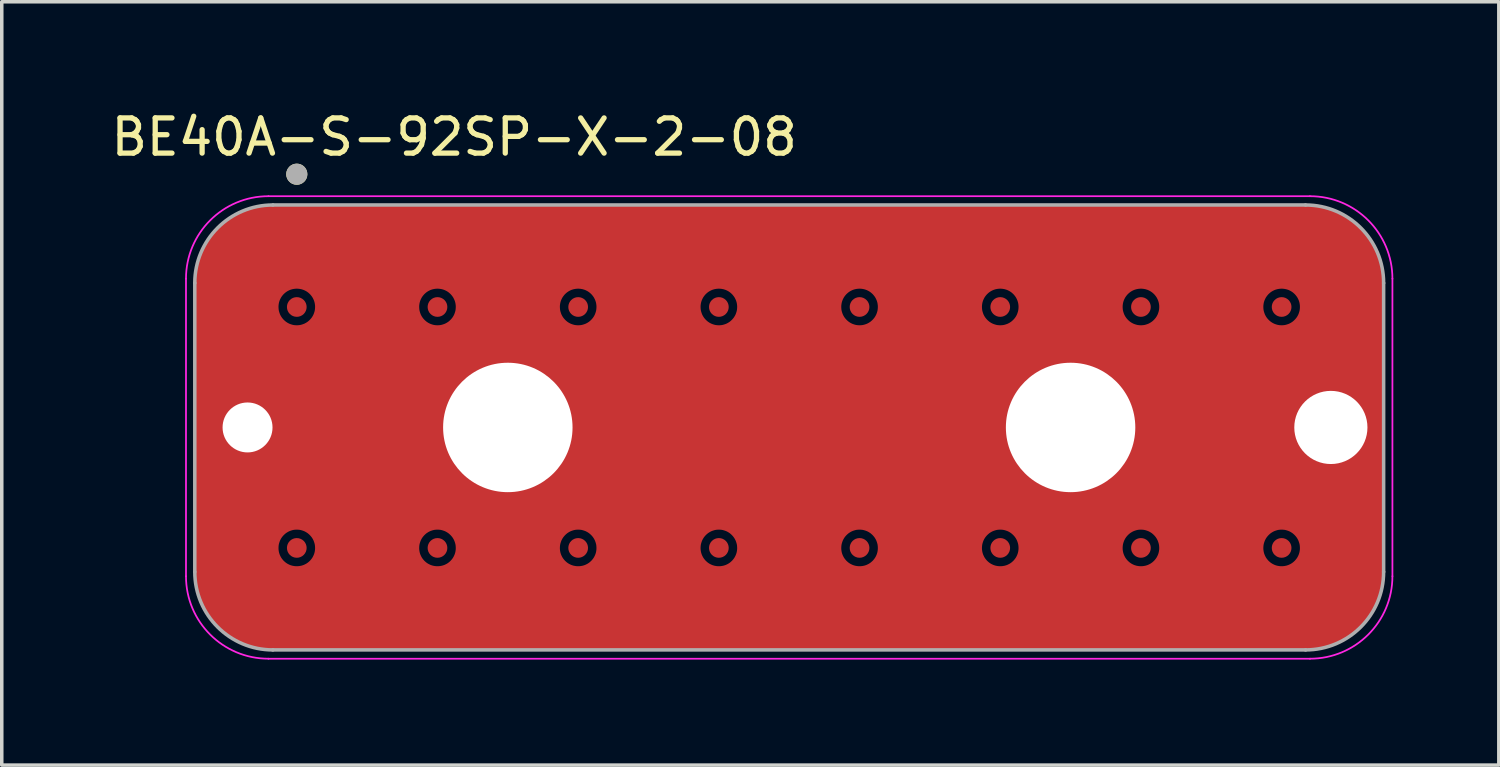
<source format=kicad_pcb>
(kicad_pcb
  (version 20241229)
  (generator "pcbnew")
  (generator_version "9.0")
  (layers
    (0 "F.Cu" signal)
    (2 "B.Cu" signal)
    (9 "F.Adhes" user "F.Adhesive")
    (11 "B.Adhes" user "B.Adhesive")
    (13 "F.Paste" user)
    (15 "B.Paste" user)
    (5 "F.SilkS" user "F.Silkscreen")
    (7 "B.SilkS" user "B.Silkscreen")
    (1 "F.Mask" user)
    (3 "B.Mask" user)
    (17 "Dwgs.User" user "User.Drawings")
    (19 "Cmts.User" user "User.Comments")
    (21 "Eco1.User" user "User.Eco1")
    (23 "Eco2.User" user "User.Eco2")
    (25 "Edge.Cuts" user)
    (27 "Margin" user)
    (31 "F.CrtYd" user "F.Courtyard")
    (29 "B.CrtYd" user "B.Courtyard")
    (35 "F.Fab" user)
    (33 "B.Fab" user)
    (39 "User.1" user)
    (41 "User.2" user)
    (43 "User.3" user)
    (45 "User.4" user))
  (footprint "BE40A-S-92SP-X-2-08"
    (layer "F.Cu")
    (at 19.388 9.103)
    (property "Reference" "BE40A-S-92SP-X-2-08" (at -9.525 -8.255 0) (layer "F.SilkS") (effects (font (size 1 1) (thickness 0.15))))
    (attr smd)
    (fp_poly (pts (xy -14.68 6.325) (xy -14.796 6.322) (xy -14.912 6.313) (xy -15.027 6.298) (xy -15.142 6.276) (xy -15.255 6.249) (xy -15.366 6.216) (xy -15.476 6.178) (xy -15.583 6.133) (xy -15.688 6.083) (xy -15.79 6.028) (xy -15.889 5.967) (xy -15.985 5.901) (xy -16.077 5.83) (xy -16.165 5.755) (xy -16.25 5.675) (xy -16.33 5.59) (xy -16.405 5.502) (xy -16.476 5.41) (xy -16.542 5.314) (xy -16.603 5.215) (xy -16.658 5.113) (xy -16.708 5.008) (xy -16.753 4.901) (xy -16.791 4.791) (xy -16.824 4.68) (xy -16.851 4.567) (xy -16.873 4.452) (xy -16.888 4.337) (xy -16.897 4.221) (xy -16.9 4.105) (xy -16.9 3.425) (xy -14.525 3.425) (xy -14.525 3.435) (xy -14.524 3.466) (xy -14.521 3.493) (xy -14.517 3.52) (xy -14.512 3.547) (xy -14.505 3.573) (xy -14.497 3.599) (xy -14.487 3.625) (xy -14.476 3.65) (xy -14.464 3.674) (xy -14.451 3.698) (xy -14.436 3.721) (xy -14.42 3.743) (xy -14.403 3.764) (xy -14.385 3.785) (xy -14.366 3.804) (xy -14.346 3.822) (xy -14.325 3.84) (xy -14.303 3.856) (xy -14.281 3.871) (xy -14.257 3.885) (xy -14.233 3.897) (xy -14.208 3.909) (xy -14.183 3.919) (xy -14.157 3.927) (xy -14.131 3.935) (xy -14.104 3.94) (xy -14.077 3.945) (xy -14.05 3.948) (xy -14.023 3.95) (xy -14 3.95) (xy -13.977 3.95) (xy -13.95 3.948) (xy -13.923 3.945) (xy -13.896 3.94) (xy -13.869 3.935) (xy -13.843 3.927) (xy -13.817 3.919) (xy -13.792 3.909) (xy -13.767 3.897) (xy -13.743 3.885) (xy -13.719 3.871) (xy -13.697 3.856) (xy -13.675 3.84) (xy -13.654 3.822) (xy -13.634 3.804) (xy -13.615 3.785) (xy -13.597 3.764) (xy -13.58 3.743) (xy -13.564 3.721) (xy -13.549 3.698) (xy -13.536 3.674) (xy -13.524 3.65) (xy -13.513 3.625) (xy -13.503 3.599) (xy -13.495 3.573) (xy -13.488 3.547) (xy -13.483 3.52) (xy -13.479 3.493) (xy -13.476 3.466) (xy -13.475 3.435) (xy -13.475 3.425) (xy -10.525 3.425) (xy -10.525 3.435) (xy -10.524 3.466) (xy -10.521 3.493) (xy -10.517 3.52) (xy -10.512 3.547) (xy -10.505 3.573) (xy -10.497 3.599) (xy -10.487 3.625) (xy -10.476 3.65) (xy -10.464 3.674) (xy -10.451 3.698) (xy -10.436 3.721) (xy -10.42 3.743) (xy -10.403 3.764) (xy -10.385 3.785) (xy -10.366 3.804) (xy -10.346 3.822) (xy -10.325 3.84) (xy -10.303 3.856) (xy -10.281 3.871) (xy -10.257 3.885) (xy -10.233 3.897) (xy -10.208 3.909) (xy -10.183 3.919) (xy -10.157 3.927) (xy -10.131 3.935) (xy -10.104 3.94) (xy -10.077 3.945) (xy -10.05 3.948) (xy -10.023 3.95) (xy -10 3.95) (xy -9.977 3.95) (xy -9.95 3.948) (xy -9.923 3.945) (xy -9.896 3.94) (xy -9.869 3.935) (xy -9.843 3.927) (xy -9.817 3.919) (xy -9.792 3.909) (xy -9.767 3.897) (xy -9.743 3.885) (xy -9.719 3.871) (xy -9.697 3.856) (xy -9.675 3.84) (xy -9.654 3.822) (xy -9.634 3.804) (xy -9.615 3.785) (xy -9.597 3.764) (xy -9.58 3.743) (xy -9.564 3.721) (xy -9.549 3.698) (xy -9.536 3.674) (xy -9.524 3.65) (xy -9.513 3.625) (xy -9.503 3.599) (xy -9.495 3.573) (xy -9.488 3.547) (xy -9.483 3.52) (xy -9.479 3.493) (xy -9.476 3.466) (xy -9.475 3.435) (xy -9.475 3.425) (xy -6.525 3.425) (xy -6.525 3.435) (xy -6.524 3.466) (xy -6.521 3.493) (xy -6.517 3.52) (xy -6.512 3.547) (xy -6.505 3.573) (xy -6.497 3.599) (xy -6.487 3.625) (xy -6.476 3.65) (xy -6.464 3.674) (xy -6.451 3.698) (xy -6.436 3.721) (xy -6.42 3.743) (xy -6.403 3.764) (xy -6.385 3.785) (xy -6.366 3.804) (xy -6.346 3.822) (xy -6.325 3.84) (xy -6.303 3.856) (xy -6.281 3.871) (xy -6.257 3.885) (xy -6.233 3.897) (xy -6.208 3.909) (xy -6.183 3.919) (xy -6.157 3.927) (xy -6.131 3.935) (xy -6.104 3.94) (xy -6.077 3.945) (xy -6.05 3.948) (xy -6.023 3.95) (xy -6 3.95) (xy -5.977 3.95) (xy -5.95 3.948) (xy -5.923 3.945) (xy -5.896 3.94) (xy -5.869 3.935) (xy -5.843 3.927) (xy -5.817 3.919) (xy -5.792 3.909) (xy -5.767 3.897) (xy -5.743 3.885) (xy -5.719 3.871) (xy -5.697 3.856) (xy -5.675 3.84) (xy -5.654 3.822) (xy -5.634 3.804) (xy -5.615 3.785) (xy -5.597 3.764) (xy -5.58 3.743) (xy -5.564 3.721) (xy -5.549 3.698) (xy -5.536 3.674) (xy -5.524 3.65) (xy -5.513 3.625) (xy -5.503 3.599) (xy -5.495 3.573) (xy -5.488 3.547) (xy -5.483 3.52) (xy -5.479 3.493) (xy -5.476 3.466) (xy -5.475 3.435) (xy -5.475 3.425) (xy -2.525 3.425) (xy -2.525 3.435) (xy -2.524 3.466) (xy -2.521 3.493) (xy -2.517 3.52) (xy -2.512 3.547) (xy -2.505 3.573) (xy -2.497 3.599) (xy -2.487 3.625) (xy -2.476 3.65) (xy -2.464 3.674) (xy -2.451 3.698) (xy -2.436 3.721) (xy -2.42 3.743) (xy -2.403 3.764) (xy -2.385 3.785) (xy -2.366 3.804) (xy -2.346 3.822) (xy -2.325 3.84) (xy -2.303 3.856) (xy -2.281 3.871) (xy -2.257 3.885) (xy -2.233 3.897) (xy -2.208 3.909) (xy -2.183 3.919) (xy -2.157 3.927) (xy -2.131 3.935) (xy -2.104 3.94) (xy -2.077 3.945) (xy -2.05 3.948) (xy -2.023 3.95) (xy -2 3.95) (xy -1.977 3.95) (xy -1.95 3.948) (xy -1.923 3.945) (xy -1.896 3.94) (xy -1.869 3.935) (xy -1.843 3.927) (xy -1.817 3.919) (xy -1.792 3.909) (xy -1.767 3.897) (xy -1.743 3.885) (xy -1.719 3.871) (xy -1.697 3.856) (xy -1.675 3.84) (xy -1.654 3.822) (xy -1.634 3.804) (xy -1.615 3.785) (xy -1.597 3.764) (xy -1.58 3.743) (xy -1.564 3.721) (xy -1.549 3.698) (xy -1.536 3.674) (xy -1.524 3.65) (xy -1.513 3.625) (xy -1.503 3.599) (xy -1.495 3.573) (xy -1.488 3.547) (xy -1.483 3.52) (xy -1.479 3.493) (xy -1.476 3.466) (xy -1.475 3.435) (xy -1.475 3.425) (xy 1.475 3.425) (xy 1.475 3.435) (xy 1.476 3.466) (xy 1.479 3.493) (xy 1.483 3.52) (xy 1.488 3.547) (xy 1.495 3.573) (xy 1.503 3.599) (xy 1.513 3.625) (xy 1.524 3.65) (xy 1.536 3.674) (xy 1.549 3.698) (xy 1.564 3.721) (xy 1.58 3.743) (xy 1.597 3.764) (xy 1.615 3.785) (xy 1.634 3.804) (xy 1.654 3.822) (xy 1.675 3.84) (xy 1.697 3.856) (xy 1.719 3.871) (xy 1.743 3.885) (xy 1.767 3.897) (xy 1.792 3.909) (xy 1.817 3.919) (xy 1.843 3.927) (xy 1.869 3.935) (xy 1.896 3.94) (xy 1.923 3.945) (xy 1.95 3.948) (xy 1.977 3.95) (xy 2 3.95) (xy 2.023 3.95) (xy 2.05 3.948) (xy 2.077 3.945) (xy 2.104 3.94) (xy 2.131 3.935) (xy 2.157 3.927) (xy 2.183 3.919) (xy 2.208 3.909) (xy 2.233 3.897) (xy 2.257 3.885) (xy 2.281 3.871) (xy 2.303 3.856) (xy 2.325 3.84) (xy 2.346 3.822) (xy 2.366 3.804) (xy 2.385 3.785) (xy 2.403 3.764) (xy 2.42 3.743) (xy 2.436 3.721) (xy 2.451 3.698) (xy 2.464 3.674) (xy 2.476 3.65) (xy 2.487 3.625) (xy 2.497 3.599) (xy 2.505 3.573) (xy 2.512 3.547) (xy 2.517 3.52) (xy 2.521 3.493) (xy 2.524 3.466) (xy 2.525 3.435) (xy 2.525 3.425) (xy 5.475 3.425) (xy 5.475 3.435) (xy 5.476 3.466) (xy 5.479 3.493) (xy 5.483 3.52) (xy 5.488 3.547) (xy 5.495 3.573) (xy 5.503 3.599) (xy 5.513 3.625) (xy 5.524 3.65) (xy 5.536 3.674) (xy 5.549 3.698) (xy 5.564 3.721) (xy 5.58 3.743) (xy 5.597 3.764) (xy 5.615 3.785) (xy 5.634 3.804) (xy 5.654 3.822) (xy 5.675 3.84) (xy 5.697 3.856) (xy 5.719 3.871) (xy 5.743 3.885) (xy 5.767 3.897) (xy 5.792 3.909) (xy 5.817 3.919) (xy 5.843 3.927) (xy 5.869 3.935) (xy 5.896 3.94) (xy 5.923 3.945) (xy 5.95 3.948) (xy 5.977 3.95) (xy 6 3.95) (xy 6.023 3.95) (xy 6.05 3.948) (xy 6.077 3.945) (xy 6.104 3.94) (xy 6.131 3.935) (xy 6.157 3.927) (xy 6.183 3.919) (xy 6.208 3.909) (xy 6.233 3.897) (xy 6.257 3.885) (xy 6.281 3.871) (xy 6.303 3.856) (xy 6.325 3.84) (xy 6.346 3.822) (xy 6.366 3.804) (xy 6.385 3.785) (xy 6.403 3.764) (xy 6.42 3.743) (xy 6.436 3.721) (xy 6.451 3.698) (xy 6.464 3.674) (xy 6.476 3.65) (xy 6.487 3.625) (xy 6.497 3.599) (xy 6.505 3.573) (xy 6.512 3.547) (xy 6.517 3.52) (xy 6.521 3.493) (xy 6.524 3.466) (xy 6.525 3.435) (xy 6.525 3.425) (xy 9.475 3.425) (xy 9.475 3.435) (xy 9.476 3.466) (xy 9.479 3.493) (xy 9.483 3.52) (xy 9.488 3.547) (xy 9.495 3.573) (xy 9.503 3.599) (xy 9.513 3.625) (xy 9.524 3.65) (xy 9.536 3.674) (xy 9.549 3.698) (xy 9.564 3.721) (xy 9.58 3.743) (xy 9.597 3.764) (xy 9.615 3.785) (xy 9.634 3.804) (xy 9.654 3.822) (xy 9.675 3.84) (xy 9.697 3.856) (xy 9.719 3.871) (xy 9.743 3.885) (xy 9.767 3.897) (xy 9.792 3.909) (xy 9.817 3.919) (xy 9.843 3.927) (xy 9.869 3.935) (xy 9.896 3.94) (xy 9.923 3.945) (xy 9.95 3.948) (xy 9.977 3.95) (xy 10 3.95) (xy 10.023 3.95) (xy 10.05 3.948) (xy 10.077 3.945) (xy 10.104 3.94) (xy 10.131 3.935) (xy 10.157 3.927) (xy 10.183 3.919) (xy 10.208 3.909) (xy 10.233 3.897) (xy 10.257 3.885) (xy 10.281 3.871) (xy 10.303 3.856) (xy 10.325 3.84) (xy 10.346 3.822) (xy 10.366 3.804) (xy 10.385 3.785) (xy 10.403 3.764) (xy 10.42 3.743) (xy 10.436 3.721) (xy 10.451 3.698) (xy 10.464 3.674) (xy 10.476 3.65) (xy 10.487 3.625) (xy 10.497 3.599) (xy 10.505 3.573) (xy 10.512 3.547) (xy 10.517 3.52) (xy 10.521 3.493) (xy 10.524 3.466) (xy 10.525 3.435) (xy 10.525 3.425) (xy 13.475 3.425) (xy 13.475 3.435) (xy 13.476 3.466) (xy 13.479 3.493) (xy 13.483 3.52) (xy 13.488 3.547) (xy 13.495 3.573) (xy 13.503 3.599) (xy 13.513 3.625) (xy 13.524 3.65) (xy 13.536 3.674) (xy 13.549 3.698) (xy 13.564 3.721) (xy 13.58 3.743) (xy 13.597 3.764) (xy 13.615 3.785) (xy 13.634 3.804) (xy 13.654 3.822) (xy 13.675 3.84) (xy 13.697 3.856) (xy 13.719 3.871) (xy 13.743 3.885) (xy 13.767 3.897) (xy 13.792 3.909) (xy 13.817 3.919) (xy 13.843 3.927) (xy 13.869 3.935) (xy 13.896 3.94) (xy 13.923 3.945) (xy 13.95 3.948) (xy 13.977 3.95) (xy 14 3.95) (xy 14.023 3.95) (xy 14.05 3.948) (xy 14.077 3.945) (xy 14.104 3.94) (xy 14.131 3.935) (xy 14.157 3.927) (xy 14.183 3.919) (xy 14.208 3.909) (xy 14.233 3.897) (xy 14.257 3.885) (xy 14.281 3.871) (xy 14.303 3.856) (xy 14.325 3.84) (xy 14.346 3.822) (xy 14.366 3.804) (xy 14.385 3.785) (xy 14.403 3.764) (xy 14.42 3.743) (xy 14.436 3.721) (xy 14.451 3.698) (xy 14.464 3.674) (xy 14.476 3.65) (xy 14.487 3.625) (xy 14.497 3.599) (xy 14.505 3.573) (xy 14.512 3.547) (xy 14.517 3.52) (xy 14.521 3.493) (xy 14.524 3.466) (xy 14.525 3.435) (xy 14.525 3.425) (xy 16.9 3.425) (xy 16.9 4.105) (xy 16.897 4.221) (xy 16.888 4.337) (xy 16.873 4.452) (xy 16.851 4.567) (xy 16.824 4.68) (xy 16.791 4.791) (xy 16.753 4.901) (xy 16.708 5.008) (xy 16.658 5.113) (xy 16.603 5.215) (xy 16.542 5.314) (xy 16.476 5.41) (xy 16.405 5.502) (xy 16.33 5.59) (xy 16.25 5.675) (xy 16.165 5.755) (xy 16.077 5.83) (xy 15.985 5.901) (xy 15.889 5.967) (xy 15.79 6.028) (xy 15.688 6.083) (xy 15.583 6.133) (xy 15.476 6.178) (xy 15.366 6.216) (xy 15.255 6.249) (xy 15.142 6.276) (xy 15.027 6.298) (xy 14.912 6.313) (xy 14.796 6.322) (xy 14.68 6.325) (xy -14.68 6.325)) (stroke (width 0.01) (type solid)) (fill yes) (layer "F.Mask"))
    (fp_poly (pts (xy -14.525 -3.425) (xy -16.9 -3.425) (xy -16.9 -4.105) (xy -16.897 -4.221) (xy -16.888 -4.337) (xy -16.873 -4.452) (xy -16.851 -4.567) (xy -16.824 -4.68) (xy -16.791 -4.791) (xy -16.753 -4.901) (xy -16.708 -5.008) (xy -16.658 -5.113) (xy -16.603 -5.215) (xy -16.542 -5.314) (xy -16.476 -5.41) (xy -16.405 -5.502) (xy -16.33 -5.59) (xy -16.25 -5.675) (xy -16.165 -5.755) (xy -16.077 -5.83) (xy -15.985 -5.901) (xy -15.889 -5.967) (xy -15.79 -6.028) (xy -15.688 -6.083) (xy -15.583 -6.133) (xy -15.476 -6.178) (xy -15.366 -6.216) (xy -15.255 -6.249) (xy -15.142 -6.276) (xy -15.027 -6.298) (xy -14.912 -6.313) (xy -14.796 -6.322) (xy -14.68 -6.325) (xy 14.68 -6.325) (xy 14.796 -6.322) (xy 14.912 -6.313) (xy 15.027 -6.298) (xy 15.142 -6.276) (xy 15.255 -6.249) (xy 15.366 -6.216) (xy 15.476 -6.178) (xy 15.583 -6.133) (xy 15.688 -6.083) (xy 15.79 -6.028) (xy 15.889 -5.967) (xy 15.985 -5.901) (xy 16.077 -5.83) (xy 16.165 -5.755) (xy 16.25 -5.675) (xy 16.33 -5.59) (xy 16.405 -5.502) (xy 16.476 -5.41) (xy 16.542 -5.314) (xy 16.603 -5.215) (xy 16.658 -5.113) (xy 16.708 -5.008) (xy 16.753 -4.901) (xy 16.791 -4.791) (xy 16.824 -4.68) (xy 16.851 -4.567) (xy 16.873 -4.452) (xy 16.888 -4.337) (xy 16.897 -4.221) (xy 16.9 -4.105) (xy 16.9 -3.425) (xy 14.525 -3.425) (xy 14.525 -3.435) (xy 14.524 -3.466) (xy 14.521 -3.493) (xy 14.517 -3.52) (xy 14.512 -3.547) (xy 14.505 -3.573) (xy 14.497 -3.599) (xy 14.487 -3.625) (xy 14.476 -3.65) (xy 14.464 -3.674) (xy 14.451 -3.698) (xy 14.436 -3.721) (xy 14.42 -3.743) (xy 14.403 -3.764) (xy 14.385 -3.785) (xy 14.366 -3.804) (xy 14.346 -3.822) (xy 14.325 -3.84) (xy 14.303 -3.856) (xy 14.281 -3.871) (xy 14.257 -3.885) (xy 14.233 -3.897) (xy 14.208 -3.909) (xy 14.183 -3.919) (xy 14.157 -3.927) (xy 14.131 -3.935) (xy 14.104 -3.94) (xy 14.077 -3.945) (xy 14.05 -3.948) (xy 14.023 -3.95) (xy 14 -3.95) (xy 13.977 -3.95) (xy 13.95 -3.948) (xy 13.923 -3.945) (xy 13.896 -3.94) (xy 13.869 -3.935) (xy 13.843 -3.927) (xy 13.817 -3.919) (xy 13.792 -3.909) (xy 13.767 -3.897) (xy 13.743 -3.885) (xy 13.719 -3.871) (xy 13.697 -3.856) (xy 13.675 -3.84) (xy 13.654 -3.822) (xy 13.634 -3.804) (xy 13.615 -3.785) (xy 13.597 -3.764) (xy 13.58 -3.743) (xy 13.564 -3.721) (xy 13.549 -3.698) (xy 13.536 -3.674) (xy 13.524 -3.65) (xy 13.513 -3.625) (xy 13.503 -3.599) (xy 13.495 -3.573) (xy 13.488 -3.547) (xy 13.483 -3.52) (xy 13.479 -3.493) (xy 13.476 -3.466) (xy 13.475 -3.435) (xy 13.475 -3.425) (xy 10.525 -3.425) (xy 10.525 -3.435) (xy 10.524 -3.466) (xy 10.521 -3.493) (xy 10.517 -3.52) (xy 10.512 -3.547) (xy 10.505 -3.573) (xy 10.497 -3.599) (xy 10.487 -3.625) (xy 10.476 -3.65) (xy 10.464 -3.674) (xy 10.451 -3.698) (xy 10.436 -3.721) (xy 10.42 -3.743) (xy 10.403 -3.764) (xy 10.385 -3.785) (xy 10.366 -3.804) (xy 10.346 -3.822) (xy 10.325 -3.84) (xy 10.303 -3.856) (xy 10.281 -3.871) (xy 10.257 -3.885) (xy 10.233 -3.897) (xy 10.208 -3.909) (xy 10.183 -3.919) (xy 10.157 -3.927) (xy 10.131 -3.935) (xy 10.104 -3.94) (xy 10.077 -3.945) (xy 10.05 -3.948) (xy 10.023 -3.95) (xy 10 -3.95) (xy 9.977 -3.95) (xy 9.95 -3.948) (xy 9.923 -3.945) (xy 9.896 -3.94) (xy 9.869 -3.935) (xy 9.843 -3.927) (xy 9.817 -3.919) (xy 9.792 -3.909) (xy 9.767 -3.897) (xy 9.743 -3.885) (xy 9.719 -3.871) (xy 9.697 -3.856) (xy 9.675 -3.84) (xy 9.654 -3.822) (xy 9.634 -3.804) (xy 9.615 -3.785) (xy 9.597 -3.764) (xy 9.58 -3.743) (xy 9.564 -3.721) (xy 9.549 -3.698) (xy 9.536 -3.674) (xy 9.524 -3.65) (xy 9.513 -3.625) (xy 9.503 -3.599) (xy 9.495 -3.573) (xy 9.488 -3.547) (xy 9.483 -3.52) (xy 9.479 -3.493) (xy 9.476 -3.466) (xy 9.475 -3.435) (xy 9.475 -3.425) (xy 6.525 -3.425) (xy 6.525 -3.435) (xy 6.524 -3.466) (xy 6.521 -3.493) (xy 6.517 -3.52) (xy 6.512 -3.547) (xy 6.505 -3.573) (xy 6.497 -3.599) (xy 6.487 -3.625) (xy 6.476 -3.65) (xy 6.464 -3.674) (xy 6.451 -3.698) (xy 6.436 -3.721) (xy 6.42 -3.743) (xy 6.403 -3.764) (xy 6.385 -3.785) (xy 6.366 -3.804) (xy 6.346 -3.822) (xy 6.325 -3.84) (xy 6.303 -3.856) (xy 6.281 -3.871) (xy 6.257 -3.885) (xy 6.233 -3.897) (xy 6.208 -3.909) (xy 6.183 -3.919) (xy 6.157 -3.927) (xy 6.131 -3.935) (xy 6.104 -3.94) (xy 6.077 -3.945) (xy 6.05 -3.948) (xy 6.023 -3.95) (xy 6 -3.95) (xy 5.977 -3.95) (xy 5.95 -3.948) (xy 5.923 -3.945) (xy 5.896 -3.94) (xy 5.869 -3.935) (xy 5.843 -3.927) (xy 5.817 -3.919) (xy 5.792 -3.909) (xy 5.767 -3.897) (xy 5.743 -3.885) (xy 5.719 -3.871) (xy 5.697 -3.856) (xy 5.675 -3.84) (xy 5.654 -3.822) (xy 5.634 -3.804) (xy 5.615 -3.785) (xy 5.597 -3.764) (xy 5.58 -3.743) (xy 5.564 -3.721) (xy 5.549 -3.698) (xy 5.536 -3.674) (xy 5.524 -3.65) (xy 5.513 -3.625) (xy 5.503 -3.599) (xy 5.495 -3.573) (xy 5.488 -3.547) (xy 5.483 -3.52) (xy 5.479 -3.493) (xy 5.476 -3.466) (xy 5.475 -3.435) (xy 5.475 -3.425) (xy 2.525 -3.425) (xy 2.525 -3.435) (xy 2.524 -3.466) (xy 2.521 -3.493) (xy 2.517 -3.52) (xy 2.512 -3.547) (xy 2.505 -3.573) (xy 2.497 -3.599) (xy 2.487 -3.625) (xy 2.476 -3.65) (xy 2.464 -3.674) (xy 2.451 -3.698) (xy 2.436 -3.721) (xy 2.42 -3.743) (xy 2.403 -3.764) (xy 2.385 -3.785) (xy 2.366 -3.804) (xy 2.346 -3.822) (xy 2.325 -3.84) (xy 2.303 -3.856) (xy 2.281 -3.871) (xy 2.257 -3.885) (xy 2.233 -3.897) (xy 2.208 -3.909) (xy 2.183 -3.919) (xy 2.157 -3.927) (xy 2.131 -3.935) (xy 2.104 -3.94) (xy 2.077 -3.945) (xy 2.05 -3.948) (xy 2.023 -3.95) (xy 2 -3.95) (xy 1.977 -3.95) (xy 1.95 -3.948) (xy 1.923 -3.945) (xy 1.896 -3.94) (xy 1.869 -3.935) (xy 1.843 -3.927) (xy 1.817 -3.919) (xy 1.792 -3.909) (xy 1.767 -3.897) (xy 1.743 -3.885) (xy 1.719 -3.871) (xy 1.697 -3.856) (xy 1.675 -3.84) (xy 1.654 -3.822) (xy 1.634 -3.804) (xy 1.615 -3.785) (xy 1.597 -3.764) (xy 1.58 -3.743) (xy 1.564 -3.721) (xy 1.549 -3.698) (xy 1.536 -3.674) (xy 1.524 -3.65) (xy 1.513 -3.625) (xy 1.503 -3.599) (xy 1.495 -3.573) (xy 1.488 -3.547) (xy 1.483 -3.52) (xy 1.479 -3.493) (xy 1.476 -3.466) (xy 1.475 -3.435) (xy 1.475 -3.425) (xy -1.475 -3.425) (xy -1.475 -3.435) (xy -1.476 -3.466) (xy -1.479 -3.493) (xy -1.483 -3.52) (xy -1.488 -3.547) (xy -1.495 -3.573) (xy -1.503 -3.599) (xy -1.513 -3.625) (xy -1.524 -3.65) (xy -1.536 -3.674) (xy -1.549 -3.698) (xy -1.564 -3.721) (xy -1.58 -3.743) (xy -1.597 -3.764) (xy -1.615 -3.785) (xy -1.634 -3.804) (xy -1.654 -3.822) (xy -1.675 -3.84) (xy -1.697 -3.856) (xy -1.719 -3.871) (xy -1.743 -3.885) (xy -1.767 -3.897) (xy -1.792 -3.909) (xy -1.817 -3.919) (xy -1.843 -3.927) (xy -1.869 -3.935) (xy -1.896 -3.94) (xy -1.923 -3.945) (xy -1.95 -3.948) (xy -1.977 -3.95) (xy -2 -3.95) (xy -2.023 -3.95) (xy -2.05 -3.948) (xy -2.077 -3.945) (xy -2.104 -3.94) (xy -2.131 -3.935) (xy -2.157 -3.927) (xy -2.183 -3.919) (xy -2.208 -3.909) (xy -2.233 -3.897) (xy -2.257 -3.885) (xy -2.281 -3.871) (xy -2.303 -3.856) (xy -2.325 -3.84) (xy -2.346 -3.822) (xy -2.366 -3.804) (xy -2.385 -3.785) (xy -2.403 -3.764) (xy -2.42 -3.743) (xy -2.436 -3.721) (xy -2.451 -3.698) (xy -2.464 -3.674) (xy -2.476 -3.65) (xy -2.487 -3.625) (xy -2.497 -3.599) (xy -2.505 -3.573) (xy -2.512 -3.547) (xy -2.517 -3.52) (xy -2.521 -3.493) (xy -2.524 -3.466) (xy -2.525 -3.435) (xy -2.525 -3.425) (xy -5.475 -3.425) (xy -5.475 -3.435) (xy -5.476 -3.466) (xy -5.479 -3.493) (xy -5.483 -3.52) (xy -5.488 -3.547) (xy -5.495 -3.573) (xy -5.503 -3.599) (xy -5.513 -3.625) (xy -5.524 -3.65) (xy -5.536 -3.674) (xy -5.549 -3.698) (xy -5.564 -3.721) (xy -5.58 -3.743) (xy -5.597 -3.764) (xy -5.615 -3.785) (xy -5.634 -3.804) (xy -5.654 -3.822) (xy -5.675 -3.84) (xy -5.697 -3.856) (xy -5.719 -3.871) (xy -5.743 -3.885) (xy -5.767 -3.897) (xy -5.792 -3.909) (xy -5.817 -3.919) (xy -5.843 -3.927) (xy -5.869 -3.935) (xy -5.896 -3.94) (xy -5.923 -3.945) (xy -5.95 -3.948) (xy -5.977 -3.95) (xy -6 -3.95) (xy -6.023 -3.95) (xy -6.05 -3.948) (xy -6.077 -3.945) (xy -6.104 -3.94) (xy -6.131 -3.935) (xy -6.157 -3.927) (xy -6.183 -3.919) (xy -6.208 -3.909) (xy -6.233 -3.897) (xy -6.257 -3.885) (xy -6.281 -3.871) (xy -6.303 -3.856) (xy -6.325 -3.84) (xy -6.346 -3.822) (xy -6.366 -3.804) (xy -6.385 -3.785) (xy -6.403 -3.764) (xy -6.42 -3.743) (xy -6.436 -3.721) (xy -6.451 -3.698) (xy -6.464 -3.674) (xy -6.476 -3.65) (xy -6.487 -3.625) (xy -6.497 -3.599) (xy -6.505 -3.573) (xy -6.512 -3.547) (xy -6.517 -3.52) (xy -6.521 -3.493) (xy -6.524 -3.466) (xy -6.525 -3.435) (xy -6.525 -3.425) (xy -9.475 -3.425) (xy -9.475 -3.435) (xy -9.476 -3.466) (xy -9.479 -3.493) (xy -9.483 -3.52) (xy -9.488 -3.547) (xy -9.495 -3.573) (xy -9.503 -3.599) (xy -9.513 -3.625) (xy -9.524 -3.65) (xy -9.536 -3.674) (xy -9.549 -3.698) (xy -9.564 -3.721) (xy -9.58 -3.743) (xy -9.597 -3.764) (xy -9.615 -3.785) (xy -9.634 -3.804) (xy -9.654 -3.822) (xy -9.675 -3.84) (xy -9.697 -3.856) (xy -9.719 -3.871) (xy -9.743 -3.885) (xy -9.767 -3.897) (xy -9.792 -3.909) (xy -9.817 -3.919) (xy -9.843 -3.927) (xy -9.869 -3.935) (xy -9.896 -3.94) (xy -9.923 -3.945) (xy -9.95 -3.948) (xy -9.977 -3.95) (xy -10 -3.95) (xy -10.023 -3.95) (xy -10.05 -3.948) (xy -10.077 -3.945) (xy -10.104 -3.94) (xy -10.131 -3.935) (xy -10.157 -3.927) (xy -10.183 -3.919) (xy -10.208 -3.909) (xy -10.233 -3.897) (xy -10.257 -3.885) (xy -10.281 -3.871) (xy -10.303 -3.856) (xy -10.325 -3.84) (xy -10.346 -3.822) (xy -10.366 -3.804) (xy -10.385 -3.785) (xy -10.403 -3.764) (xy -10.42 -3.743) (xy -10.436 -3.721) (xy -10.451 -3.698) (xy -10.464 -3.674) (xy -10.476 -3.65) (xy -10.487 -3.625) (xy -10.497 -3.599) (xy -10.505 -3.573) (xy -10.512 -3.547) (xy -10.517 -3.52) (xy -10.521 -3.493) (xy -10.524 -3.466) (xy -10.525 -3.435) (xy -10.525 -3.425) (xy -13.475 -3.425) (xy -13.475 -3.435) (xy -13.476 -3.466) (xy -13.479 -3.493) (xy -13.483 -3.52) (xy -13.488 -3.547) (xy -13.495 -3.573) (xy -13.503 -3.599) (xy -13.513 -3.625) (xy -13.524 -3.65) (xy -13.536 -3.674) (xy -13.549 -3.698) (xy -13.564 -3.721) (xy -13.58 -3.743) (xy -13.597 -3.764) (xy -13.615 -3.785) (xy -13.634 -3.804) (xy -13.654 -3.822) (xy -13.675 -3.84) (xy -13.697 -3.856) (xy -13.719 -3.871) (xy -13.743 -3.885) (xy -13.767 -3.897) (xy -13.792 -3.909) (xy -13.817 -3.919) (xy -13.843 -3.927) (xy -13.869 -3.935) (xy -13.896 -3.94) (xy -13.923 -3.945) (xy -13.95 -3.948) (xy -13.977 -3.95) (xy -14 -3.95) (xy -14.023 -3.95) (xy -14.05 -3.948) (xy -14.077 -3.945) (xy -14.104 -3.94) (xy -14.131 -3.935) (xy -14.157 -3.927) (xy -14.183 -3.919) (xy -14.208 -3.909) (xy -14.233 -3.897) (xy -14.257 -3.885) (xy -14.281 -3.871) (xy -14.303 -3.856) (xy -14.325 -3.84) (xy -14.346 -3.822) (xy -14.366 -3.804) (xy -14.385 -3.785) (xy -14.403 -3.764) (xy -14.42 -3.743) (xy -14.436 -3.721) (xy -14.451 -3.698) (xy -14.464 -3.674) (xy -14.476 -3.65) (xy -14.487 -3.625) (xy -14.497 -3.599) (xy -14.505 -3.573) (xy -14.512 -3.547) (xy -14.517 -3.52) (xy -14.521 -3.493) (xy -14.524 -3.466) (xy -14.525 -3.435) (xy -14.525 -3.425)) (stroke (width 0.01) (type solid)) (fill yes) (layer "F.Mask"))
    (fp_poly (pts (xy -16.9 -3.425) (xy -16.9 3.425) (xy -14.525 3.425) (xy -14.524 3.398) (xy -14.522 3.37) (xy -14.519 3.343) (xy -14.514 3.316) (xy -14.507 3.289) (xy -14.499 3.263) (xy -14.49 3.237) (xy -14.48 3.211) (xy -14.468 3.187) (xy -14.455 3.162) (xy -14.44 3.139) (xy -14.425 3.116) (xy -14.408 3.095) (xy -14.39 3.074) (xy -14.371 3.054) (xy -14.351 3.035) (xy -14.33 3.017) (xy -14.309 3) (xy -14.286 2.985) (xy -14.262 2.97) (xy -14.238 2.957) (xy -14.214 2.945) (xy -14.188 2.935) (xy -14.162 2.926) (xy -14.136 2.918) (xy -14.109 2.911) (xy -14.082 2.906) (xy -14.055 2.903) (xy -14.027 2.901) (xy -14 2.9) (xy -13.973 2.901) (xy -13.945 2.903) (xy -13.918 2.906) (xy -13.891 2.911) (xy -13.864 2.918) (xy -13.838 2.926) (xy -13.812 2.935) (xy -13.786 2.945) (xy -13.762 2.957) (xy -13.738 2.97) (xy -13.714 2.985) (xy -13.691 3) (xy -13.67 3.017) (xy -13.649 3.035) (xy -13.629 3.054) (xy -13.61 3.074) (xy -13.592 3.095) (xy -13.575 3.116) (xy -13.56 3.139) (xy -13.545 3.162) (xy -13.532 3.187) (xy -13.52 3.211) (xy -13.51 3.237) (xy -13.501 3.263) (xy -13.493 3.289) (xy -13.486 3.316) (xy -13.481 3.343) (xy -13.478 3.37) (xy -13.476 3.398) (xy -13.475 3.425) (xy -10.525 3.425) (xy -10.524 3.398) (xy -10.522 3.37) (xy -10.519 3.343) (xy -10.514 3.316) (xy -10.507 3.289) (xy -10.499 3.263) (xy -10.49 3.237) (xy -10.48 3.211) (xy -10.468 3.187) (xy -10.455 3.162) (xy -10.44 3.139) (xy -10.425 3.116) (xy -10.408 3.095) (xy -10.39 3.074) (xy -10.371 3.054) (xy -10.351 3.035) (xy -10.33 3.017) (xy -10.309 3) (xy -10.286 2.985) (xy -10.262 2.97) (xy -10.238 2.957) (xy -10.214 2.945) (xy -10.188 2.935) (xy -10.162 2.926) (xy -10.136 2.918) (xy -10.109 2.911) (xy -10.082 2.906) (xy -10.055 2.903) (xy -10.027 2.901) (xy -10 2.9) (xy -9.973 2.901) (xy -9.945 2.903) (xy -9.918 2.906) (xy -9.891 2.911) (xy -9.864 2.918) (xy -9.838 2.926) (xy -9.812 2.935) (xy -9.786 2.945) (xy -9.762 2.957) (xy -9.738 2.97) (xy -9.714 2.985) (xy -9.691 3) (xy -9.67 3.017) (xy -9.649 3.035) (xy -9.629 3.054) (xy -9.61 3.074) (xy -9.592 3.095) (xy -9.575 3.116) (xy -9.56 3.139) (xy -9.545 3.162) (xy -9.532 3.187) (xy -9.52 3.211) (xy -9.51 3.237) (xy -9.501 3.263) (xy -9.493 3.289) (xy -9.486 3.316) (xy -9.481 3.343) (xy -9.478 3.37) (xy -9.476 3.398) (xy -9.475 3.425) (xy -6.525 3.425) (xy -6.524 3.398) (xy -6.522 3.37) (xy -6.519 3.343) (xy -6.514 3.316) (xy -6.507 3.289) (xy -6.499 3.263) (xy -6.49 3.237) (xy -6.48 3.211) (xy -6.468 3.187) (xy -6.455 3.162) (xy -6.44 3.139) (xy -6.425 3.116) (xy -6.408 3.095) (xy -6.39 3.074) (xy -6.371 3.054) (xy -6.351 3.035) (xy -6.33 3.017) (xy -6.309 3) (xy -6.286 2.985) (xy -6.263 2.97) (xy -6.238 2.957) (xy -6.214 2.945) (xy -6.188 2.935) (xy -6.162 2.926) (xy -6.136 2.918) (xy -6.109 2.911) (xy -6.082 2.906) (xy -6.055 2.903) (xy -6.027 2.901) (xy -6 2.9) (xy -5.973 2.901) (xy -5.945 2.903) (xy -5.918 2.906) (xy -5.891 2.911) (xy -5.864 2.918) (xy -5.838 2.926) (xy -5.812 2.935) (xy -5.786 2.945) (xy -5.762 2.957) (xy -5.737 2.97) (xy -5.714 2.985) (xy -5.691 3) (xy -5.67 3.017) (xy -5.649 3.035) (xy -5.629 3.054) (xy -5.61 3.074) (xy -5.592 3.095) (xy -5.575 3.116) (xy -5.56 3.139) (xy -5.545 3.162) (xy -5.532 3.187) (xy -5.52 3.211) (xy -5.51 3.237) (xy -5.501 3.263) (xy -5.493 3.289) (xy -5.486 3.316) (xy -5.481 3.343) (xy -5.478 3.37) (xy -5.476 3.398) (xy -5.475 3.425) (xy -2.525 3.425) (xy -2.524 3.398) (xy -2.522 3.37) (xy -2.519 3.343) (xy -2.514 3.316) (xy -2.507 3.289) (xy -2.499 3.263) (xy -2.49 3.237) (xy -2.48 3.211) (xy -2.468 3.187) (xy -2.455 3.163) (xy -2.44 3.139) (xy -2.425 3.116) (xy -2.408 3.095) (xy -2.39 3.074) (xy -2.371 3.054) (xy -2.351 3.035) (xy -2.33 3.017) (xy -2.309 3) (xy -2.286 2.985) (xy -2.262 2.97) (xy -2.238 2.957) (xy -2.214 2.945) (xy -2.188 2.935) (xy -2.162 2.926) (xy -2.136 2.918) (xy -2.109 2.911) (xy -2.082 2.906) (xy -2.055 2.903) (xy -2.027 2.901) (xy -2 2.9) (xy -1.973 2.901) (xy -1.945 2.903) (xy -1.918 2.906) (xy -1.891 2.911) (xy -1.864 2.918) (xy -1.838 2.926) (xy -1.812 2.935) (xy -1.786 2.945) (xy -1.762 2.957) (xy -1.738 2.97) (xy -1.714 2.985) (xy -1.691 3) (xy -1.67 3.017) (xy -1.649 3.035) (xy -1.629 3.054) (xy -1.61 3.074) (xy -1.592 3.095) (xy -1.575 3.116) (xy -1.56 3.139) (xy -1.545 3.163) (xy -1.532 3.187) (xy -1.52 3.211) (xy -1.51 3.237) (xy -1.501 3.263) (xy -1.493 3.289) (xy -1.486 3.316) (xy -1.481 3.343) (xy -1.478 3.37) (xy -1.476 3.398) (xy -1.475 3.425) (xy 1.475 3.425) (xy 1.476 3.398) (xy 1.478 3.37) (xy 1.481 3.343) (xy 1.486 3.316) (xy 1.493 3.289) (xy 1.501 3.263) (xy 1.51 3.237) (xy 1.52 3.211) (xy 1.532 3.187) (xy 1.545 3.163) (xy 1.56 3.139) (xy 1.575 3.116) (xy 1.592 3.095) (xy 1.61 3.074) (xy 1.629 3.054) (xy 1.649 3.035) (xy 1.67 3.017) (xy 1.691 3) (xy 1.714 2.985) (xy 1.738 2.97) (xy 1.762 2.957) (xy 1.786 2.945) (xy 1.812 2.935) (xy 1.838 2.926) (xy 1.864 2.918) (xy 1.891 2.911) (xy 1.918 2.906) (xy 1.945 2.903) (xy 1.973 2.901) (xy 2 2.9) (xy 2.027 2.901) (xy 2.055 2.903) (xy 2.082 2.906) (xy 2.109 2.911) (xy 2.136 2.918) (xy 2.162 2.926) (xy 2.188 2.935) (xy 2.214 2.945) (xy 2.238 2.957) (xy 2.263 2.97) (xy 2.286 2.985) (xy 2.309 3) (xy 2.33 3.017) (xy 2.351 3.035) (xy 2.371 3.054) (xy 2.39 3.074) (xy 2.408 3.095) (xy 2.425 3.116) (xy 2.44 3.139) (xy 2.455 3.163) (xy 2.468 3.187) (xy 2.48 3.211) (xy 2.49 3.237) (xy 2.499 3.263) (xy 2.507 3.289) (xy 2.514 3.316) (xy 2.519 3.343) (xy 2.522 3.37) (xy 2.524 3.398) (xy 2.525 3.425) (xy 5.475 3.425) (xy 5.476 3.398) (xy 5.478 3.37) (xy 5.481 3.343) (xy 5.486 3.316) (xy 5.493 3.289) (xy 5.501 3.263) (xy 5.51 3.237) (xy 5.52 3.211) (xy 5.532 3.187) (xy 5.545 3.162) (xy 5.56 3.139) (xy 5.575 3.116) (xy 5.592 3.095) (xy 5.61 3.074) (xy 5.629 3.054) (xy 5.649 3.035) (xy 5.67 3.017) (xy 5.691 3) (xy 5.714 2.985) (xy 5.737 2.97) (xy 5.762 2.957) (xy 5.786 2.945) (xy 5.812 2.935) (xy 5.838 2.926) (xy 5.864 2.918) (xy 5.891 2.911) (xy 5.918 2.906) (xy 5.945 2.903) (xy 5.973 2.901) (xy 6 2.9) (xy 6.027 2.901) (xy 6.055 2.903) (xy 6.082 2.906) (xy 6.109 2.911) (xy 6.136 2.918) (xy 6.162 2.926) (xy 6.188 2.935) (xy 6.214 2.945) (xy 6.238 2.957) (xy 6.263 2.97) (xy 6.286 2.985) (xy 6.309 3) (xy 6.33 3.017) (xy 6.351 3.035) (xy 6.371 3.054) (xy 6.39 3.074) (xy 6.408 3.095) (xy 6.425 3.116) (xy 6.44 3.139) (xy 6.455 3.162) (xy 6.468 3.187) (xy 6.48 3.211) (xy 6.49 3.237) (xy 6.499 3.263) (xy 6.507 3.289) (xy 6.514 3.316) (xy 6.519 3.343) (xy 6.522 3.37) (xy 6.524 3.398) (xy 6.525 3.425) (xy 9.475 3.425) (xy 9.476 3.398) (xy 9.478 3.37) (xy 9.481 3.343) (xy 9.486 3.316) (xy 9.493 3.289) (xy 9.501 3.263) (xy 9.51 3.237) (xy 9.52 3.211) (xy 9.532 3.187) (xy 9.545 3.162) (xy 9.56 3.139) (xy 9.575 3.116) (xy 9.592 3.095) (xy 9.61 3.074) (xy 9.629 3.054) (xy 9.649 3.035) (xy 9.67 3.017) (xy 9.691 3) (xy 9.714 2.985) (xy 9.738 2.97) (xy 9.762 2.957) (xy 9.786 2.945) (xy 9.812 2.935) (xy 9.838 2.926) (xy 9.864 2.918) (xy 9.891 2.911) (xy 9.918 2.906) (xy 9.945 2.903) (xy 9.973 2.901) (xy 10 2.9) (xy 10.027 2.901) (xy 10.055 2.903) (xy 10.082 2.906) (xy 10.109 2.911) (xy 10.136 2.918) (xy 10.162 2.926) (xy 10.188 2.935) (xy 10.214 2.945) (xy 10.238 2.957) (xy 10.262 2.97) (xy 10.286 2.985) (xy 10.309 3) (xy 10.33 3.017) (xy 10.351 3.035) (xy 10.371 3.054) (xy 10.39 3.074) (xy 10.408 3.095) (xy 10.425 3.116) (xy 10.44 3.139) (xy 10.455 3.162) (xy 10.468 3.187) (xy 10.48 3.211) (xy 10.49 3.237) (xy 10.499 3.263) (xy 10.507 3.289) (xy 10.514 3.316) (xy 10.519 3.343) (xy 10.522 3.37) (xy 10.524 3.398) (xy 10.525 3.425) (xy 13.475 3.425) (xy 13.476 3.398) (xy 13.478 3.37) (xy 13.481 3.343) (xy 13.486 3.316) (xy 13.493 3.289) (xy 13.501 3.263) (xy 13.51 3.237) (xy 13.52 3.211) (xy 13.532 3.187) (xy 13.545 3.162) (xy 13.56 3.139) (xy 13.575 3.116) (xy 13.592 3.095) (xy 13.61 3.074) (xy 13.629 3.054) (xy 13.649 3.035) (xy 13.67 3.017) (xy 13.691 3) (xy 13.714 2.985) (xy 13.738 2.97) (xy 13.762 2.957) (xy 13.786 2.945) (xy 13.812 2.935) (xy 13.838 2.926) (xy 13.864 2.918) (xy 13.891 2.911) (xy 13.918 2.906) (xy 13.945 2.903) (xy 13.973 2.901) (xy 14 2.9) (xy 14.027 2.901) (xy 14.055 2.903) (xy 14.082 2.906) (xy 14.109 2.911) (xy 14.136 2.918) (xy 14.162 2.926) (xy 14.188 2.935) (xy 14.214 2.945) (xy 14.238 2.957) (xy 14.262 2.97) (xy 14.286 2.985) (xy 14.309 3) (xy 14.33 3.017) (xy 14.351 3.035) (xy 14.371 3.054) (xy 14.39 3.074) (xy 14.408 3.095) (xy 14.425 3.116) (xy 14.44 3.139) (xy 14.455 3.162) (xy 14.468 3.187) (xy 14.48 3.211) (xy 14.49 3.237) (xy 14.499 3.263) (xy 14.507 3.289) (xy 14.514 3.316) (xy 14.519 3.343) (xy 14.522 3.37) (xy 14.524 3.398) (xy 14.525 3.425) (xy 16.9 3.425) (xy 16.9 -3.425) (xy 14.525 -3.425) (xy 14.524 -3.398) (xy 14.522 -3.37) (xy 14.519 -3.343) (xy 14.514 -3.316) (xy 14.507 -3.289) (xy 14.499 -3.263) (xy 14.49 -3.237) (xy 14.48 -3.211) (xy 14.468 -3.187) (xy 14.455 -3.162) (xy 14.44 -3.139) (xy 14.425 -3.116) (xy 14.408 -3.095) (xy 14.39 -3.074) (xy 14.371 -3.054) (xy 14.351 -3.035) (xy 14.33 -3.017) (xy 14.309 -3) (xy 14.286 -2.985) (xy 14.262 -2.97) (xy 14.238 -2.957) (xy 14.214 -2.945) (xy 14.188 -2.935) (xy 14.162 -2.926) (xy 14.136 -2.918) (xy 14.109 -2.911) (xy 14.082 -2.906) (xy 14.055 -2.903) (xy 14.027 -2.901) (xy 14 -2.9) (xy 13.973 -2.901) (xy 13.945 -2.903) (xy 13.918 -2.906) (xy 13.891 -2.911) (xy 13.864 -2.918) (xy 13.838 -2.926) (xy 13.812 -2.935) (xy 13.786 -2.945) (xy 13.762 -2.957) (xy 13.737 -2.97) (xy 13.714 -2.985) (xy 13.691 -3) (xy 13.67 -3.017) (xy 13.649 -3.035) (xy 13.629 -3.054) (xy 13.61 -3.074) (xy 13.592 -3.095) (xy 13.575 -3.116) (xy 13.56 -3.139) (xy 13.545 -3.162) (xy 13.532 -3.187) (xy 13.52 -3.211) (xy 13.51 -3.237) (xy 13.501 -3.263) (xy 13.493 -3.289) (xy 13.486 -3.316) (xy 13.481 -3.343) (xy 13.478 -3.37) (xy 13.476 -3.398) (xy 13.475 -3.425) (xy 10.525 -3.425) (xy 10.524 -3.398) (xy 10.522 -3.37) (xy 10.519 -3.343) (xy 10.514 -3.316) (xy 10.507 -3.289) (xy 10.499 -3.263) (xy 10.49 -3.237) (xy 10.48 -3.211) (xy 10.468 -3.187) (xy 10.455 -3.162) (xy 10.44 -3.139) (xy 10.425 -3.116) (xy 10.408 -3.095) (xy 10.39 -3.074) (xy 10.371 -3.054) (xy 10.351 -3.035) (xy 10.33 -3.017) (xy 10.309 -3) (xy 10.286 -2.985) (xy 10.262 -2.97) (xy 10.238 -2.957) (xy 10.214 -2.945) (xy 10.188 -2.935) (xy 10.162 -2.926) (xy 10.136 -2.918) (xy 10.109 -2.911) (xy 10.082 -2.906) (xy 10.055 -2.903) (xy 10.027 -2.901) (xy 10 -2.9) (xy 9.973 -2.901) (xy 9.945 -2.903) (xy 9.918 -2.906) (xy 9.891 -2.911) (xy 9.864 -2.918) (xy 9.838 -2.926) (xy 9.812 -2.935) (xy 9.786 -2.945) (xy 9.762 -2.957) (xy 9.737 -2.97) (xy 9.714 -2.985) (xy 9.691 -3) (xy 9.67 -3.017) (xy 9.649 -3.035) (xy 9.629 -3.054) (xy 9.61 -3.074) (xy 9.592 -3.095) (xy 9.575 -3.116) (xy 9.56 -3.139) (xy 9.545 -3.162) (xy 9.532 -3.187) (xy 9.52 -3.211) (xy 9.51 -3.237) (xy 9.501 -3.263) (xy 9.493 -3.289) (xy 9.486 -3.316) (xy 9.481 -3.343) (xy 9.478 -3.37) (xy 9.476 -3.398) (xy 9.475 -3.425) (xy 6.525 -3.425) (xy 6.524 -3.398) (xy 6.522 -3.37) (xy 6.519 -3.343) (xy 6.514 -3.316) (xy 6.507 -3.289) (xy 6.499 -3.263) (xy 6.49 -3.237) (xy 6.48 -3.211) (xy 6.468 -3.187) (xy 6.455 -3.162) (xy 6.44 -3.139) (xy 6.425 -3.116) (xy 6.408 -3.095) (xy 6.39 -3.074) (xy 6.371 -3.054) (xy 6.351 -3.035) (xy 6.33 -3.017) (xy 6.309 -3) (xy 6.286 -2.985) (xy 6.263 -2.97) (xy 6.238 -2.957) (xy 6.214 -2.945) (xy 6.188 -2.935) (xy 6.162 -2.926) (xy 6.136 -2.918) (xy 6.109 -2.911) (xy 6.082 -2.906) (xy 6.055 -2.903) (xy 6.027 -2.901) (xy 6 -2.9) (xy 5.973 -2.901) (xy 5.945 -2.903) (xy 5.918 -2.906) (xy 5.891 -2.911) (xy 5.864 -2.918) (xy 5.838 -2.926) (xy 5.812 -2.935) (xy 5.786 -2.945) (xy 5.762 -2.957) (xy 5.737 -2.97) (xy 5.714 -2.985) (xy 5.691 -3) (xy 5.67 -3.017) (xy 5.649 -3.035) (xy 5.629 -3.054) (xy 5.61 -3.074) (xy 5.592 -3.095) (xy 5.575 -3.116) (xy 5.56 -3.139) (xy 5.545 -3.162) (xy 5.532 -3.187) (xy 5.52 -3.211) (xy 5.51 -3.237) (xy 5.501 -3.263) (xy 5.493 -3.289) (xy 5.486 -3.316) (xy 5.481 -3.343) (xy 5.478 -3.37) (xy 5.476 -3.398) (xy 5.475 -3.425) (xy 2.525 -3.425) (xy 2.524 -3.398) (xy 2.522 -3.37) (xy 2.519 -3.343) (xy 2.514 -3.316) (xy 2.507 -3.289) (xy 2.499 -3.263) (xy 2.49 -3.237) (xy 2.48 -3.211) (xy 2.468 -3.187) (xy 2.455 -3.163) (xy 2.44 -3.139) (xy 2.425 -3.116) (xy 2.408 -3.095) (xy 2.39 -3.074) (xy 2.371 -3.054) (xy 2.351 -3.035) (xy 2.33 -3.017) (xy 2.309 -3) (xy 2.286 -2.985) (xy 2.263 -2.97) (xy 2.238 -2.957) (xy 2.214 -2.945) (xy 2.188 -2.935) (xy 2.162 -2.926) (xy 2.136 -2.918) (xy 2.109 -2.911) (xy 2.082 -2.906) (xy 2.055 -2.903) (xy 2.027 -2.901) (xy 2 -2.9) (xy 1.973 -2.901) (xy 1.945 -2.903) (xy 1.918 -2.906) (xy 1.891 -2.911) (xy 1.864 -2.918) (xy 1.838 -2.926) (xy 1.812 -2.935) (xy 1.786 -2.945) (xy 1.762 -2.957) (xy 1.737 -2.97) (xy 1.714 -2.985) (xy 1.691 -3) (xy 1.67 -3.017) (xy 1.649 -3.035) (xy 1.629 -3.054) (xy 1.61 -3.074) (xy 1.592 -3.095) (xy 1.575 -3.116) (xy 1.56 -3.139) (xy 1.545 -3.162) (xy 1.532 -3.187) (xy 1.52 -3.211) (xy 1.51 -3.237) (xy 1.501 -3.263) (xy 1.493 -3.289) (xy 1.486 -3.316) (xy 1.481 -3.343) (xy 1.478 -3.37) (xy 1.476 -3.398) (xy 1.475 -3.425) (xy -1.475 -3.425) (xy -1.476 -3.398) (xy -1.478 -3.37) (xy -1.481 -3.343) (xy -1.486 -3.316) (xy -1.493 -3.289) (xy -1.501 -3.263) (xy -1.51 -3.237) (xy -1.52 -3.211) (xy -1.532 -3.187) (xy -1.545 -3.163) (xy -1.56 -3.139) (xy -1.575 -3.116) (xy -1.592 -3.095) (xy -1.61 -3.074) (xy -1.629 -3.054) (xy -1.649 -3.035) (xy -1.67 -3.017) (xy -1.691 -3) (xy -1.714 -2.985) (xy -1.738 -2.97) (xy -1.762 -2.957) (xy -1.786 -2.945) (xy -1.812 -2.935) (xy -1.838 -2.926) (xy -1.864 -2.918) (xy -1.891 -2.911) (xy -1.918 -2.906) (xy -1.945 -2.903) (xy -1.973 -2.901) (xy -2 -2.9) (xy -2.027 -2.901) (xy -2.055 -2.903) (xy -2.082 -2.906) (xy -2.109 -2.911) (xy -2.136 -2.918) (xy -2.162 -2.926) (xy -2.188 -2.935) (xy -2.214 -2.945) (xy -2.238 -2.957) (xy -2.263 -2.97) (xy -2.286 -2.985) (xy -2.309 -3) (xy -2.33 -3.017) (xy -2.351 -3.035) (xy -2.371 -3.054) (xy -2.39 -3.074) (xy -2.408 -3.095) (xy -2.425 -3.116) (xy -2.44 -3.139) (xy -2.455 -3.162) (xy -2.468 -3.187) (xy -2.48 -3.211) (xy -2.49 -3.237) (xy -2.499 -3.263) (xy -2.507 -3.289) (xy -2.514 -3.316) (xy -2.519 -3.343) (xy -2.522 -3.37) (xy -2.524 -3.398) (xy -2.525 -3.425) (xy -5.475 -3.425) (xy -5.476 -3.398) (xy -5.478 -3.37) (xy -5.481 -3.343) (xy -5.486 -3.316) (xy -5.493 -3.289) (xy -5.501 -3.263) (xy -5.51 -3.237) (xy -5.52 -3.211) (xy -5.532 -3.187) (xy -5.545 -3.162) (xy -5.56 -3.139) (xy -5.575 -3.116) (xy -5.592 -3.095) (xy -5.61 -3.074) (xy -5.629 -3.054) (xy -5.649 -3.035) (xy -5.67 -3.017) (xy -5.691 -3) (xy -5.714 -2.985) (xy -5.737 -2.97) (xy -5.762 -2.957) (xy -5.786 -2.945) (xy -5.812 -2.935) (xy -5.838 -2.926) (xy -5.864 -2.918) (xy -5.891 -2.911) (xy -5.918 -2.906) (xy -5.945 -2.903) (xy -5.973 -2.901) (xy -6 -2.9) (xy -6.027 -2.901) (xy -6.055 -2.903) (xy -6.082 -2.906) (xy -6.109 -2.911) (xy -6.136 -2.918) (xy -6.162 -2.926) (xy -6.188 -2.935) (xy -6.214 -2.945) (xy -6.238 -2.957) (xy -6.263 -2.97) (xy -6.286 -2.985) (xy -6.309 -3) (xy -6.33 -3.017) (xy -6.351 -3.035) (xy -6.371 -3.054) (xy -6.39 -3.074) (xy -6.408 -3.095) (xy -6.425 -3.116) (xy -6.44 -3.139) (xy -6.455 -3.162) (xy -6.468 -3.187) (xy -6.48 -3.211) (xy -6.49 -3.237) (xy -6.499 -3.263) (xy -6.507 -3.289) (xy -6.514 -3.316) (xy -6.519 -3.343) (xy -6.522 -3.37) (xy -6.524 -3.398) (xy -6.525 -3.425) (xy -9.475 -3.425) (xy -9.476 -3.398) (xy -9.478 -3.37) (xy -9.481 -3.343) (xy -9.486 -3.316) (xy -9.493 -3.289) (xy -9.501 -3.263) (xy -9.51 -3.237) (xy -9.52 -3.211) (xy -9.532 -3.187) (xy -9.545 -3.162) (xy -9.56 -3.139) (xy -9.575 -3.116) (xy -9.592 -3.095) (xy -9.61 -3.074) (xy -9.629 -3.054) (xy -9.649 -3.035) (xy -9.67 -3.017) (xy -9.691 -3) (xy -9.714 -2.985) (xy -9.738 -2.97) (xy -9.762 -2.957) (xy -9.786 -2.945) (xy -9.812 -2.935) (xy -9.838 -2.926) (xy -9.864 -2.918) (xy -9.891 -2.911) (xy -9.918 -2.906) (xy -9.945 -2.903) (xy -9.973 -2.901) (xy -10 -2.9) (xy -10.027 -2.901) (xy -10.055 -2.903) (xy -10.082 -2.906) (xy -10.109 -2.911) (xy -10.136 -2.918) (xy -10.162 -2.926) (xy -10.188 -2.935) (xy -10.214 -2.945) (xy -10.238 -2.957) (xy -10.263 -2.97) (xy -10.286 -2.985) (xy -10.309 -3) (xy -10.33 -3.017) (xy -10.351 -3.035) (xy -10.371 -3.054) (xy -10.39 -3.074) (xy -10.408 -3.095) (xy -10.425 -3.116) (xy -10.44 -3.139) (xy -10.455 -3.162) (xy -10.468 -3.187) (xy -10.48 -3.211) (xy -10.49 -3.237) (xy -10.499 -3.263) (xy -10.507 -3.289) (xy -10.514 -3.316) (xy -10.519 -3.343) (xy -10.522 -3.37) (xy -10.524 -3.398) (xy -10.525 -3.425) (xy -13.475 -3.425) (xy -13.476 -3.398) (xy -13.478 -3.37) (xy -13.481 -3.343) (xy -13.486 -3.316) (xy -13.493 -3.289) (xy -13.501 -3.263) (xy -13.51 -3.237) (xy -13.52 -3.211) (xy -13.532 -3.187) (xy -13.545 -3.162) (xy -13.56 -3.139) (xy -13.575 -3.116) (xy -13.592 -3.095) (xy -13.61 -3.074) (xy -13.629 -3.054) (xy -13.649 -3.035) (xy -13.67 -3.017) (xy -13.691 -3) (xy -13.714 -2.985) (xy -13.738 -2.97) (xy -13.762 -2.957) (xy -13.786 -2.945) (xy -13.812 -2.935) (xy -13.838 -2.926) (xy -13.864 -2.918) (xy -13.891 -2.911) (xy -13.918 -2.906) (xy -13.945 -2.903) (xy -13.973 -2.901) (xy -14 -2.9) (xy -14.027 -2.901) (xy -14.055 -2.903) (xy -14.082 -2.906) (xy -14.109 -2.911) (xy -14.136 -2.918) (xy -14.162 -2.926) (xy -14.188 -2.935) (xy -14.214 -2.945) (xy -14.238 -2.957) (xy -14.263 -2.97) (xy -14.286 -2.985) (xy -14.309 -3) (xy -14.33 -3.017) (xy -14.351 -3.035) (xy -14.371 -3.054) (xy -14.39 -3.074) (xy -14.408 -3.095) (xy -14.425 -3.116) (xy -14.44 -3.139) (xy -14.455 -3.162) (xy -14.468 -3.187) (xy -14.48 -3.211) (xy -14.49 -3.237) (xy -14.499 -3.263) (xy -14.507 -3.289) (xy -14.514 -3.316) (xy -14.519 -3.343) (xy -14.522 -3.37) (xy -14.524 -3.398) (xy -14.525 -3.425) (xy -16.9 -3.425)) (stroke (width 0.01) (type solid)) (fill yes) (layer "F.Mask"))
    (fp_circle (center -14 -7.2) (end -13.85 -7.2) (stroke (width 0.3) (type solid)) (fill no) (layer "F.SilkS"))
    (fp_line (start -17.15 4.23) (end -17.15 -4.23) (stroke (width 0.05) (type solid)) (layer "F.CrtYd"))
    (fp_line (start -14.805 -6.575) (end 14.805 -6.575) (stroke (width 0.05) (type solid)) (layer "F.CrtYd"))
    (fp_line (start 14.805 6.575) (end -14.805 6.575) (stroke (width 0.05) (type solid)) (layer "F.CrtYd"))
    (fp_line (start 17.15 -4.23) (end 17.15 4.23) (stroke (width 0.05) (type solid)) (layer "F.CrtYd"))
    (fp_arc (start -17.15 -4.23) (mid -16.463165 -5.888165) (end -14.805 -6.575) (stroke (width 0.05) (type solid)) (layer "F.CrtYd"))
    (fp_arc (start -14.805 6.575) (mid -16.463165 5.888165) (end -17.15 4.23) (stroke (width 0.05) (type solid)) (layer "F.CrtYd"))
    (fp_arc (start 14.805 -6.575) (mid 16.463165 -5.888165) (end 17.15 -4.23) (stroke (width 0.05) (type solid)) (layer "F.CrtYd"))
    (fp_arc (start 17.15 4.23) (mid 16.463165 5.888165) (end 14.805 6.575) (stroke (width 0.05) (type solid)) (layer "F.CrtYd"))
    (fp_line (start -16.9 4.105) (end -16.9 -4.105) (stroke (width 0.1) (type solid)) (layer "F.Fab"))
    (fp_line (start -14.68 -6.325) (end 14.68 -6.325) (stroke (width 0.1) (type solid)) (layer "F.Fab"))
    (fp_line (start 14.68 6.325) (end -14.68 6.325) (stroke (width 0.1) (type solid)) (layer "F.Fab"))
    (fp_line (start 16.9 -4.105) (end 16.9 4.105) (stroke (width 0.1) (type solid)) (layer "F.Fab"))
    (fp_arc (start -16.9 -4.105) (mid -16.249777 -5.674777) (end -14.68 -6.325) (stroke (width 0.1) (type solid)) (layer "F.Fab"))
    (fp_arc (start -14.68 6.325) (mid -16.249777 5.674777) (end -16.9 4.105) (stroke (width 0.1) (type solid)) (layer "F.Fab"))
    (fp_arc (start 14.68 -6.325) (mid 16.249777 -5.674777) (end 16.9 -4.105) (stroke (width 0.1) (type solid)) (layer "F.Fab"))
    (fp_arc (start 16.9 4.105) (mid 16.249777 5.674777) (end 14.68 6.325) (stroke (width 0.1) (type solid)) (layer "F.Fab"))
    (fp_circle (center -14 -7.2) (end -13.85 -7.2) (stroke (width 0.3) (type solid)) (fill no) (layer "F.Fab"))
    (pad "" np_thru_hole circle (at -15.4 0) (size 1.42 1.42) (drill 1.42) (layers "*.Cu" "*.Mask"))
    (pad "" np_thru_hole circle (at -8 0) (size 3.68 3.68) (drill 3.68) (layers "*.Cu" "*.Mask"))
    (pad "" np_thru_hole circle (at 8 0) (size 3.68 3.68) (drill 3.68) (layers "*.Cu" "*.Mask"))
    (pad "" np_thru_hole circle (at 15.4 0) (size 2.08 2.08) (drill 2.08) (layers "*.Cu" "*.Mask"))
    (pad "A01" smd circle (at -14 -3.425 180) (size 0.56 0.56) (layers "F.Cu" "F.Mask" "F.Paste"))
    (pad "A02" smd circle (at -10 -3.425 180) (size 0.56 0.56) (layers "F.Cu" "F.Mask" "F.Paste"))
    (pad "A03" smd circle (at -6 -3.425 180) (size 0.56 0.56) (layers "F.Cu" "F.Mask" "F.Paste"))
    (pad "A04" smd circle (at -2 -3.425 180) (size 0.56 0.56) (layers "F.Cu" "F.Mask" "F.Paste"))
    (pad "A05" smd circle (at 2 -3.425 180) (size 0.56 0.56) (layers "F.Cu" "F.Mask" "F.Paste"))
    (pad "A06" smd circle (at 6 -3.425 180) (size 0.56 0.56) (layers "F.Cu" "F.Mask" "F.Paste"))
    (pad "A07" smd circle (at 10 -3.425 180) (size 0.56 0.56) (layers "F.Cu" "F.Mask" "F.Paste"))
    (pad "A08" smd circle (at 14 -3.425 180) (size 0.56 0.56) (layers "F.Cu" "F.Mask" "F.Paste"))
    (pad "B01" smd circle (at -14 3.425) (size 0.56 0.56) (layers "F.Cu" "F.Mask" "F.Paste"))
    (pad "B02" smd circle (at -10 3.425) (size 0.56 0.56) (layers "F.Cu" "F.Mask" "F.Paste"))
    (pad "B03" smd circle (at -6 3.425) (size 0.56 0.56) (layers "F.Cu" "F.Mask" "F.Paste"))
    (pad "B04" smd circle (at -2 3.425) (size 0.56 0.56) (layers "F.Cu" "F.Mask" "F.Paste"))
    (pad "B05" smd circle (at 2 3.425) (size 0.56 0.56) (layers "F.Cu" "F.Mask" "F.Paste"))
    (pad "B06" smd circle (at 6 3.425) (size 0.56 0.56) (layers "F.Cu" "F.Mask" "F.Paste"))
    (pad "B07" smd circle (at 10 3.425) (size 0.56 0.56) (layers "F.Cu" "F.Mask" "F.Paste"))
    (pad "B08" smd circle (at 14 3.425) (size 0.56 0.56) (layers "F.Cu" "F.Mask" "F.Paste"))
    (pad "S1" smd custom (at 0 0) (size 1 1) (layers "F.Cu") (options (anchor rect)) (primitives (gr_poly (pts (xy -16.9 -3.425) (xy -16.9 3.425) (xy -14.525 3.425) (xy -14.524 3.398) (xy -14.522 3.37) (xy -14.519 3.343) (xy -14.514 3.316) (xy -14.507 3.289) (xy -14.499 3.263) (xy -14.49 3.237) (xy -14.48 3.211) (xy -14.468 3.187) (xy -14.455 3.162) (xy -14.44 3.139) (xy -14.425 3.116) (xy -14.408 3.095) (xy -14.39 3.074) (xy -14.371 3.054) (xy -14.351 3.035) (xy -14.33 3.017) (xy -14.309 3) (xy -14.286 2.985) (xy -14.262 2.97) (xy -14.238 2.957) (xy -14.214 2.945) (xy -14.188 2.935) (xy -14.162 2.926) (xy -14.136 2.918) (xy -14.109 2.911) (xy -14.082 2.906) (xy -14.055 2.903) (xy -14.027 2.901) (xy -14 2.9) (xy -13.973 2.901) (xy -13.945 2.903) (xy -13.918 2.906) (xy -13.891 2.911) (xy -13.864 2.918) (xy -13.838 2.926) (xy -13.812 2.935) (xy -13.786 2.945) (xy -13.762 2.957) (xy -13.738 2.97) (xy -13.714 2.985) (xy -13.691 3) (xy -13.67 3.017) (xy -13.649 3.035) (xy -13.629 3.054) (xy -13.61 3.074) (xy -13.592 3.095) (xy -13.575 3.116) (xy -13.56 3.139) (xy -13.545 3.162) (xy -13.532 3.187) (xy -13.52 3.211) (xy -13.51 3.237) (xy -13.501 3.263) (xy -13.493 3.289) (xy -13.486 3.316) (xy -13.481 3.343) (xy -13.478 3.37) (xy -13.476 3.398) (xy -13.475 3.425) (xy -10.525 3.425) (xy -10.524 3.398) (xy -10.522 3.37) (xy -10.519 3.343) (xy -10.514 3.316) (xy -10.507 3.289) (xy -10.499 3.263) (xy -10.49 3.237) (xy -10.48 3.211) (xy -10.468 3.187) (xy -10.455 3.162) (xy -10.44 3.139) (xy -10.425 3.116) (xy -10.408 3.095) (xy -10.39 3.074) (xy -10.371 3.054) (xy -10.351 3.035) (xy -10.33 3.017) (xy -10.309 3) (xy -10.286 2.985) (xy -10.262 2.97) (xy -10.238 2.957) (xy -10.214 2.945) (xy -10.188 2.935) (xy -10.162 2.926) (xy -10.136 2.918) (xy -10.109 2.911) (xy -10.082 2.906) (xy -10.055 2.903) (xy -10.027 2.901) (xy -10 2.9) (xy -9.973 2.901) (xy -9.945 2.903) (xy -9.918 2.906) (xy -9.891 2.911) (xy -9.864 2.918) (xy -9.838 2.926) (xy -9.812 2.935) (xy -9.786 2.945) (xy -9.762 2.957) (xy -9.738 2.97) (xy -9.714 2.985) (xy -9.691 3) (xy -9.67 3.017) (xy -9.649 3.035) (xy -9.629 3.054) (xy -9.61 3.074) (xy -9.592 3.095) (xy -9.575 3.116) (xy -9.56 3.139) (xy -9.545 3.162) (xy -9.532 3.187) (xy -9.52 3.211) (xy -9.51 3.237) (xy -9.501 3.263) (xy -9.493 3.289) (xy -9.486 3.316) (xy -9.481 3.343) (xy -9.478 3.37) (xy -9.476 3.398) (xy -9.475 3.425) (xy -6.525 3.425) (xy -6.524 3.398) (xy -6.522 3.37) (xy -6.519 3.343) (xy -6.514 3.316) (xy -6.507 3.289) (xy -6.499 3.263) (xy -6.49 3.237) (xy -6.48 3.211) (xy -6.468 3.187) (xy -6.455 3.162) (xy -6.44 3.139) (xy -6.425 3.116) (xy -6.408 3.095) (xy -6.39 3.074) (xy -6.371 3.054) (xy -6.351 3.035) (xy -6.33 3.017) (xy -6.309 3) (xy -6.286 2.985) (xy -6.263 2.97) (xy -6.238 2.957) (xy -6.214 2.945) (xy -6.188 2.935) (xy -6.162 2.926) (xy -6.136 2.918) (xy -6.109 2.911) (xy -6.082 2.906) (xy -6.055 2.903) (xy -6.027 2.901) (xy -6 2.9) (xy -5.973 2.901) (xy -5.945 2.903) (xy -5.918 2.906) (xy -5.891 2.911) (xy -5.864 2.918) (xy -5.838 2.926) (xy -5.812 2.935) (xy -5.786 2.945) (xy -5.762 2.957) (xy -5.737 2.97) (xy -5.714 2.985) (xy -5.691 3) (xy -5.67 3.017) (xy -5.649 3.035) (xy -5.629 3.054) (xy -5.61 3.074) (xy -5.592 3.095) (xy -5.575 3.116) (xy -5.56 3.139) (xy -5.545 3.162) (xy -5.532 3.187) (xy -5.52 3.211) (xy -5.51 3.237) (xy -5.501 3.263) (xy -5.493 3.289) (xy -5.486 3.316) (xy -5.481 3.343) (xy -5.478 3.37) (xy -5.476 3.398) (xy -5.475 3.425) (xy -2.525 3.425) (xy -2.524 3.398) (xy -2.522 3.37) (xy -2.519 3.343) (xy -2.514 3.316) (xy -2.507 3.289) (xy -2.499 3.263) (xy -2.49 3.237) (xy -2.48 3.211) (xy -2.468 3.187) (xy -2.455 3.163) (xy -2.44 3.139) (xy -2.425 3.116) (xy -2.408 3.095) (xy -2.39 3.074) (xy -2.371 3.054) (xy -2.351 3.035) (xy -2.33 3.017) (xy -2.309 3) (xy -2.286 2.985) (xy -2.262 2.97) (xy -2.238 2.957) (xy -2.214 2.945) (xy -2.188 2.935) (xy -2.162 2.926) (xy -2.136 2.918) (xy -2.109 2.911) (xy -2.082 2.906) (xy -2.055 2.903) (xy -2.027 2.901) (xy -2 2.9) (xy -1.973 2.901) (xy -1.945 2.903) (xy -1.918 2.906) (xy -1.891 2.911) (xy -1.864 2.918) (xy -1.838 2.926) (xy -1.812 2.935) (xy -1.786 2.945) (xy -1.762 2.957) (xy -1.738 2.97) (xy -1.714 2.985) (xy -1.691 3) (xy -1.67 3.017) (xy -1.649 3.035) (xy -1.629 3.054) (xy -1.61 3.074) (xy -1.592 3.095) (xy -1.575 3.116) (xy -1.56 3.139) (xy -1.545 3.163) (xy -1.532 3.187) (xy -1.52 3.211) (xy -1.51 3.237) (xy -1.501 3.263) (xy -1.493 3.289) (xy -1.486 3.316) (xy -1.481 3.343) (xy -1.478 3.37) (xy -1.476 3.398) (xy -1.475 3.425) (xy 1.475 3.425) (xy 1.476 3.398) (xy 1.478 3.37) (xy 1.481 3.343) (xy 1.486 3.316) (xy 1.493 3.289) (xy 1.501 3.263) (xy 1.51 3.237) (xy 1.52 3.211) (xy 1.532 3.187) (xy 1.545 3.163) (xy 1.56 3.139) (xy 1.575 3.116) (xy 1.592 3.095) (xy 1.61 3.074) (xy 1.629 3.054) (xy 1.649 3.035) (xy 1.67 3.017) (xy 1.691 3) (xy 1.714 2.985) (xy 1.738 2.97) (xy 1.762 2.957) (xy 1.786 2.945) (xy 1.812 2.935) (xy 1.838 2.926) (xy 1.864 2.918) (xy 1.891 2.911) (xy 1.918 2.906) (xy 1.945 2.903) (xy 1.973 2.901) (xy 2 2.9) (xy 2.027 2.901) (xy 2.055 2.903) (xy 2.082 2.906) (xy 2.109 2.911) (xy 2.136 2.918) (xy 2.162 2.926) (xy 2.188 2.935) (xy 2.214 2.945) (xy 2.238 2.957) (xy 2.263 2.97) (xy 2.286 2.985) (xy 2.309 3) (xy 2.33 3.017) (xy 2.351 3.035) (xy 2.371 3.054) (xy 2.39 3.074) (xy 2.408 3.095) (xy 2.425 3.116) (xy 2.44 3.139) (xy 2.455 3.163) (xy 2.468 3.187) (xy 2.48 3.211) (xy 2.49 3.237) (xy 2.499 3.263) (xy 2.507 3.289) (xy 2.514 3.316) (xy 2.519 3.343) (xy 2.522 3.37) (xy 2.524 3.398) (xy 2.525 3.425) (xy 5.475 3.425) (xy 5.476 3.398) (xy 5.478 3.37) (xy 5.481 3.343) (xy 5.486 3.316) (xy 5.493 3.289) (xy 5.501 3.263) (xy 5.51 3.237) (xy 5.52 3.211) (xy 5.532 3.187) (xy 5.545 3.162) (xy 5.56 3.139) (xy 5.575 3.116) (xy 5.592 3.095) (xy 5.61 3.074) (xy 5.629 3.054) (xy 5.649 3.035) (xy 5.67 3.017) (xy 5.691 3) (xy 5.714 2.985) (xy 5.737 2.97) (xy 5.762 2.957) (xy 5.786 2.945) (xy 5.812 2.935) (xy 5.838 2.926) (xy 5.864 2.918) (xy 5.891 2.911) (xy 5.918 2.906) (xy 5.945 2.903) (xy 5.973 2.901) (xy 6 2.9) (xy 6.027 2.901) (xy 6.055 2.903) (xy 6.082 2.906) (xy 6.109 2.911) (xy 6.136 2.918) (xy 6.162 2.926) (xy 6.188 2.935) (xy 6.214 2.945) (xy 6.238 2.957) (xy 6.263 2.97) (xy 6.286 2.985) (xy 6.309 3) (xy 6.33 3.017) (xy 6.351 3.035) (xy 6.371 3.054) (xy 6.39 3.074) (xy 6.408 3.095) (xy 6.425 3.116) (xy 6.44 3.139) (xy 6.455 3.162) (xy 6.468 3.187) (xy 6.48 3.211) (xy 6.49 3.237) (xy 6.499 3.263) (xy 6.507 3.289) (xy 6.514 3.316) (xy 6.519 3.343) (xy 6.522 3.37) (xy 6.524 3.398) (xy 6.525 3.425) (xy 9.475 3.425) (xy 9.476 3.398) (xy 9.478 3.37) (xy 9.481 3.343) (xy 9.486 3.316) (xy 9.493 3.289) (xy 9.501 3.263) (xy 9.51 3.237) (xy 9.52 3.211) (xy 9.532 3.187) (xy 9.545 3.162) (xy 9.56 3.139) (xy 9.575 3.116) (xy 9.592 3.095) (xy 9.61 3.074) (xy 9.629 3.054) (xy 9.649 3.035) (xy 9.67 3.017) (xy 9.691 3) (xy 9.714 2.985) (xy 9.738 2.97) (xy 9.762 2.957) (xy 9.786 2.945) (xy 9.812 2.935) (xy 9.838 2.926) (xy 9.864 2.918) (xy 9.891 2.911) (xy 9.918 2.906) (xy 9.945 2.903) (xy 9.973 2.901) (xy 10 2.9) (xy 10.027 2.901) (xy 10.055 2.903) (xy 10.082 2.906) (xy 10.109 2.911) (xy 10.136 2.918) (xy 10.162 2.926) (xy 10.188 2.935) (xy 10.214 2.945) (xy 10.238 2.957) (xy 10.262 2.97) (xy 10.286 2.985) (xy 10.309 3) (xy 10.33 3.017) (xy 10.351 3.035) (xy 10.371 3.054) (xy 10.39 3.074) (xy 10.408 3.095) (xy 10.425 3.116) (xy 10.44 3.139) (xy 10.455 3.162) (xy 10.468 3.187) (xy 10.48 3.211) (xy 10.49 3.237) (xy 10.499 3.263) (xy 10.507 3.289) (xy 10.514 3.316) (xy 10.519 3.343) (xy 10.522 3.37) (xy 10.524 3.398) (xy 10.525 3.425) (xy 13.475 3.425) (xy 13.476 3.398) (xy 13.478 3.37) (xy 13.481 3.343) (xy 13.486 3.316) (xy 13.493 3.289) (xy 13.501 3.263) (xy 13.51 3.237) (xy 13.52 3.211) (xy 13.532 3.187) (xy 13.545 3.162) (xy 13.56 3.139) (xy 13.575 3.116) (xy 13.592 3.095) (xy 13.61 3.074) (xy 13.629 3.054) (xy 13.649 3.035) (xy 13.67 3.017) (xy 13.691 3) (xy 13.714 2.985) (xy 13.738 2.97) (xy 13.762 2.957) (xy 13.786 2.945) (xy 13.812 2.935) (xy 13.838 2.926) (xy 13.864 2.918) (xy 13.891 2.911) (xy 13.918 2.906) (xy 13.945 2.903) (xy 13.973 2.901) (xy 14 2.9) (xy 14.027 2.901) (xy 14.055 2.903) (xy 14.082 2.906) (xy 14.109 2.911) (xy 14.136 2.918) (xy 14.162 2.926) (xy 14.188 2.935) (xy 14.214 2.945) (xy 14.238 2.957) (xy 14.262 2.97) (xy 14.286 2.985) (xy 14.309 3) (xy 14.33 3.017) (xy 14.351 3.035) (xy 14.371 3.054) (xy 14.39 3.074) (xy 14.408 3.095) (xy 14.425 3.116) (xy 14.44 3.139) (xy 14.455 3.162) (xy 14.468 3.187) (xy 14.48 3.211) (xy 14.49 3.237) (xy 14.499 3.263) (xy 14.507 3.289) (xy 14.514 3.316) (xy 14.519 3.343) (xy 14.522 3.37) (xy 14.524 3.398) (xy 14.525 3.425) (xy 16.9 3.425) (xy 16.9 -3.425) (xy 14.525 -3.425) (xy 14.524 -3.398) (xy 14.522 -3.37) (xy 14.519 -3.343) (xy 14.514 -3.316) (xy 14.507 -3.289) (xy 14.499 -3.263) (xy 14.49 -3.237) (xy 14.48 -3.211) (xy 14.468 -3.187) (xy 14.455 -3.162) (xy 14.44 -3.139) (xy 14.425 -3.116) (xy 14.408 -3.095) (xy 14.39 -3.074) (xy 14.371 -3.054) (xy 14.351 -3.035) (xy 14.33 -3.017) (xy 14.309 -3) (xy 14.286 -2.985) (xy 14.262 -2.97) (xy 14.238 -2.957) (xy 14.214 -2.945) (xy 14.188 -2.935) (xy 14.162 -2.926) (xy 14.136 -2.918) (xy 14.109 -2.911) (xy 14.082 -2.906) (xy 14.055 -2.903) (xy 14.027 -2.901) (xy 14 -2.9) (xy 13.973 -2.901) (xy 13.945 -2.903) (xy 13.918 -2.906) (xy 13.891 -2.911) (xy 13.864 -2.918) (xy 13.838 -2.926) (xy 13.812 -2.935) (xy 13.786 -2.945) (xy 13.762 -2.957) (xy 13.737 -2.97) (xy 13.714 -2.985) (xy 13.691 -3) (xy 13.67 -3.017) (xy 13.649 -3.035) (xy 13.629 -3.054) (xy 13.61 -3.074) (xy 13.592 -3.095) (xy 13.575 -3.116) (xy 13.56 -3.139) (xy 13.545 -3.162) (xy 13.532 -3.187) (xy 13.52 -3.211) (xy 13.51 -3.237) (xy 13.501 -3.263) (xy 13.493 -3.289) (xy 13.486 -3.316) (xy 13.481 -3.343) (xy 13.478 -3.37) (xy 13.476 -3.398) (xy 13.475 -3.425) (xy 10.525 -3.425) (xy 10.524 -3.398) (xy 10.522 -3.37) (xy 10.519 -3.343) (xy 10.514 -3.316) (xy 10.507 -3.289) (xy 10.499 -3.263) (xy 10.49 -3.237) (xy 10.48 -3.211) (xy 10.468 -3.187) (xy 10.455 -3.162) (xy 10.44 -3.139) (xy 10.425 -3.116) (xy 10.408 -3.095) (xy 10.39 -3.074) (xy 10.371 -3.054) (xy 10.351 -3.035) (xy 10.33 -3.017) (xy 10.309 -3) (xy 10.286 -2.985) (xy 10.262 -2.97) (xy 10.238 -2.957) (xy 10.214 -2.945) (xy 10.188 -2.935) (xy 10.162 -2.926) (xy 10.136 -2.918) (xy 10.109 -2.911) (xy 10.082 -2.906) (xy 10.055 -2.903) (xy 10.027 -2.901) (xy 10 -2.9) (xy 9.973 -2.901) (xy 9.945 -2.903) (xy 9.918 -2.906) (xy 9.891 -2.911) (xy 9.864 -2.918) (xy 9.838 -2.926) (xy 9.812 -2.935) (xy 9.786 -2.945) (xy 9.762 -2.957) (xy 9.737 -2.97) (xy 9.714 -2.985) (xy 9.691 -3) (xy 9.67 -3.017) (xy 9.649 -3.035) (xy 9.629 -3.054) (xy 9.61 -3.074) (xy 9.592 -3.095) (xy 9.575 -3.116) (xy 9.56 -3.139) (xy 9.545 -3.162) (xy 9.532 -3.187) (xy 9.52 -3.211) (xy 9.51 -3.237) (xy 9.501 -3.263) (xy 9.493 -3.289) (xy 9.486 -3.316) (xy 9.481 -3.343) (xy 9.478 -3.37) (xy 9.476 -3.398) (xy 9.475 -3.425) (xy 6.525 -3.425) (xy 6.524 -3.398) (xy 6.522 -3.37) (xy 6.519 -3.343) (xy 6.514 -3.316) (xy 6.507 -3.289) (xy 6.499 -3.263) (xy 6.49 -3.237) (xy 6.48 -3.211) (xy 6.468 -3.187) (xy 6.455 -3.162) (xy 6.44 -3.139) (xy 6.425 -3.116) (xy 6.408 -3.095) (xy 6.39 -3.074) (xy 6.371 -3.054) (xy 6.351 -3.035) (xy 6.33 -3.017) (xy 6.309 -3) (xy 6.286 -2.985) (xy 6.263 -2.97) (xy 6.238 -2.957) (xy 6.214 -2.945) (xy 6.188 -2.935) (xy 6.162 -2.926) (xy 6.136 -2.918) (xy 6.109 -2.911) (xy 6.082 -2.906) (xy 6.055 -2.903) (xy 6.027 -2.901) (xy 6 -2.9) (xy 5.973 -2.901) (xy 5.945 -2.903) (xy 5.918 -2.906) (xy 5.891 -2.911) (xy 5.864 -2.918) (xy 5.838 -2.926) (xy 5.812 -2.935) (xy 5.786 -2.945) (xy 5.762 -2.957) (xy 5.737 -2.97) (xy 5.714 -2.985) (xy 5.691 -3) (xy 5.67 -3.017) (xy 5.649 -3.035) (xy 5.629 -3.054) (xy 5.61 -3.074) (xy 5.592 -3.095) (xy 5.575 -3.116) (xy 5.56 -3.139) (xy 5.545 -3.162) (xy 5.532 -3.187) (xy 5.52 -3.211) (xy 5.51 -3.237) (xy 5.501 -3.263) (xy 5.493 -3.289) (xy 5.486 -3.316) (xy 5.481 -3.343) (xy 5.478 -3.37) (xy 5.476 -3.398) (xy 5.475 -3.425) (xy 2.525 -3.425) (xy 2.524 -3.398) (xy 2.522 -3.37) (xy 2.519 -3.343) (xy 2.514 -3.316) (xy 2.507 -3.289) (xy 2.499 -3.263) (xy 2.49 -3.237) (xy 2.48 -3.211) (xy 2.468 -3.187) (xy 2.455 -3.163) (xy 2.44 -3.139) (xy 2.425 -3.116) (xy 2.408 -3.095) (xy 2.39 -3.074) (xy 2.371 -3.054) (xy 2.351 -3.035) (xy 2.33 -3.017) (xy 2.309 -3) (xy 2.286 -2.985) (xy 2.263 -2.97) (xy 2.238 -2.957) (xy 2.214 -2.945) (xy 2.188 -2.935) (xy 2.162 -2.926) (xy 2.136 -2.918) (xy 2.109 -2.911) (xy 2.082 -2.906) (xy 2.055 -2.903) (xy 2.027 -2.901) (xy 2 -2.9) (xy 1.973 -2.901) (xy 1.945 -2.903) (xy 1.918 -2.906) (xy 1.891 -2.911) (xy 1.864 -2.918) (xy 1.838 -2.926) (xy 1.812 -2.935) (xy 1.786 -2.945) (xy 1.762 -2.957) (xy 1.737 -2.97) (xy 1.714 -2.985) (xy 1.691 -3) (xy 1.67 -3.017) (xy 1.649 -3.035) (xy 1.629 -3.054) (xy 1.61 -3.074) (xy 1.592 -3.095) (xy 1.575 -3.116) (xy 1.56 -3.139) (xy 1.545 -3.162) (xy 1.532 -3.187) (xy 1.52 -3.211) (xy 1.51 -3.237) (xy 1.501 -3.263) (xy 1.493 -3.289) (xy 1.486 -3.316) (xy 1.481 -3.343) (xy 1.478 -3.37) (xy 1.476 -3.398) (xy 1.475 -3.425) (xy -1.475 -3.425) (xy -1.476 -3.398) (xy -1.478 -3.37) (xy -1.481 -3.343) (xy -1.486 -3.316) (xy -1.493 -3.289) (xy -1.501 -3.263) (xy -1.51 -3.237) (xy -1.52 -3.211) (xy -1.532 -3.187) (xy -1.545 -3.163) (xy -1.56 -3.139) (xy -1.575 -3.116) (xy -1.592 -3.095) (xy -1.61 -3.074) (xy -1.629 -3.054) (xy -1.649 -3.035) (xy -1.67 -3.017) (xy -1.691 -3) (xy -1.714 -2.985) (xy -1.738 -2.97) (xy -1.762 -2.957) (xy -1.786 -2.945) (xy -1.812 -2.935) (xy -1.838 -2.926) (xy -1.864 -2.918) (xy -1.891 -2.911) (xy -1.918 -2.906) (xy -1.945 -2.903) (xy -1.973 -2.901) (xy -2 -2.9) (xy -2.027 -2.901) (xy -2.055 -2.903) (xy -2.082 -2.906) (xy -2.109 -2.911) (xy -2.136 -2.918) (xy -2.162 -2.926) (xy -2.188 -2.935) (xy -2.214 -2.945) (xy -2.238 -2.957) (xy -2.263 -2.97) (xy -2.286 -2.985) (xy -2.309 -3) (xy -2.33 -3.017) (xy -2.351 -3.035) (xy -2.371 -3.054) (xy -2.39 -3.074) (xy -2.408 -3.095) (xy -2.425 -3.116) (xy -2.44 -3.139) (xy -2.455 -3.162) (xy -2.468 -3.187) (xy -2.48 -3.211) (xy -2.49 -3.237) (xy -2.499 -3.263) (xy -2.507 -3.289) (xy -2.514 -3.316) (xy -2.519 -3.343) (xy -2.522 -3.37) (xy -2.524 -3.398) (xy -2.525 -3.425) (xy -5.475 -3.425) (xy -5.476 -3.398) (xy -5.478 -3.37) (xy -5.481 -3.343) (xy -5.486 -3.316) (xy -5.493 -3.289) (xy -5.501 -3.263) (xy -5.51 -3.237) (xy -5.52 -3.211) (xy -5.532 -3.187) (xy -5.545 -3.162) (xy -5.56 -3.139) (xy -5.575 -3.116) (xy -5.592 -3.095) (xy -5.61 -3.074) (xy -5.629 -3.054) (xy -5.649 -3.035) (xy -5.67 -3.017) (xy -5.691 -3) (xy -5.714 -2.985) (xy -5.737 -2.97) (xy -5.762 -2.957) (xy -5.786 -2.945) (xy -5.812 -2.935) (xy -5.838 -2.926) (xy -5.864 -2.918) (xy -5.891 -2.911) (xy -5.918 -2.906) (xy -5.945 -2.903) (xy -5.973 -2.901) (xy -6 -2.9) (xy -6.027 -2.901) (xy -6.055 -2.903) (xy -6.082 -2.906) (xy -6.109 -2.911) (xy -6.136 -2.918) (xy -6.162 -2.926) (xy -6.188 -2.935) (xy -6.214 -2.945) (xy -6.238 -2.957) (xy -6.263 -2.97) (xy -6.286 -2.985) (xy -6.309 -3) (xy -6.33 -3.017) (xy -6.351 -3.035) (xy -6.371 -3.054) (xy -6.39 -3.074) (xy -6.408 -3.095) (xy -6.425 -3.116) (xy -6.44 -3.139) (xy -6.455 -3.162) (xy -6.468 -3.187) (xy -6.48 -3.211) (xy -6.49 -3.237) (xy -6.499 -3.263) (xy -6.507 -3.289) (xy -6.514 -3.316) (xy -6.519 -3.343) (xy -6.522 -3.37) (xy -6.524 -3.398) (xy -6.525 -3.425) (xy -9.475 -3.425) (xy -9.476 -3.398) (xy -9.478 -3.37) (xy -9.481 -3.343) (xy -9.486 -3.316) (xy -9.493 -3.289) (xy -9.501 -3.263) (xy -9.51 -3.237) (xy -9.52 -3.211) (xy -9.532 -3.187) (xy -9.545 -3.162) (xy -9.56 -3.139) (xy -9.575 -3.116) (xy -9.592 -3.095) (xy -9.61 -3.074) (xy -9.629 -3.054) (xy -9.649 -3.035) (xy -9.67 -3.017) (xy -9.691 -3) (xy -9.714 -2.985) (xy -9.738 -2.97) (xy -9.762 -2.957) (xy -9.786 -2.945) (xy -9.812 -2.935) (xy -9.838 -2.926) (xy -9.864 -2.918) (xy -9.891 -2.911) (xy -9.918 -2.906) (xy -9.945 -2.903) (xy -9.973 -2.901) (xy -10 -2.9) (xy -10.027 -2.901) (xy -10.055 -2.903) (xy -10.082 -2.906) (xy -10.109 -2.911) (xy -10.136 -2.918) (xy -10.162 -2.926) (xy -10.188 -2.935) (xy -10.214 -2.945) (xy -10.238 -2.957) (xy -10.263 -2.97) (xy -10.286 -2.985) (xy -10.309 -3) (xy -10.33 -3.017) (xy -10.351 -3.035) (xy -10.371 -3.054) (xy -10.39 -3.074) (xy -10.408 -3.095) (xy -10.425 -3.116) (xy -10.44 -3.139) (xy -10.455 -3.162) (xy -10.468 -3.187) (xy -10.48 -3.211) (xy -10.49 -3.237) (xy -10.499 -3.263) (xy -10.507 -3.289) (xy -10.514 -3.316) (xy -10.519 -3.343) (xy -10.522 -3.37) (xy -10.524 -3.398) (xy -10.525 -3.425) (xy -13.475 -3.425) (xy -13.476 -3.398) (xy -13.478 -3.37) (xy -13.481 -3.343) (xy -13.486 -3.316) (xy -13.493 -3.289) (xy -13.501 -3.263) (xy -13.51 -3.237) (xy -13.52 -3.211) (xy -13.532 -3.187) (xy -13.545 -3.162) (xy -13.56 -3.139) (xy -13.575 -3.116) (xy -13.592 -3.095) (xy -13.61 -3.074) (xy -13.629 -3.054) (xy -13.649 -3.035) (xy -13.67 -3.017) (xy -13.691 -3) (xy -13.714 -2.985) (xy -13.738 -2.97) (xy -13.762 -2.957) (xy -13.786 -2.945) (xy -13.812 -2.935) (xy -13.838 -2.926) (xy -13.864 -2.918) (xy -13.891 -2.911) (xy -13.918 -2.906) (xy -13.945 -2.903) (xy -13.973 -2.901) (xy -14 -2.9) (xy -14.027 -2.901) (xy -14.055 -2.903) (xy -14.082 -2.906) (xy -14.109 -2.911) (xy -14.136 -2.918) (xy -14.162 -2.926) (xy -14.188 -2.935) (xy -14.214 -2.945) (xy -14.238 -2.957) (xy -14.263 -2.97) (xy -14.286 -2.985) (xy -14.309 -3) (xy -14.33 -3.017) (xy -14.351 -3.035) (xy -14.371 -3.054) (xy -14.39 -3.074) (xy -14.408 -3.095) (xy -14.425 -3.116) (xy -14.44 -3.139) (xy -14.455 -3.162) (xy -14.468 -3.187) (xy -14.48 -3.211) (xy -14.49 -3.237) (xy -14.499 -3.263) (xy -14.507 -3.289) (xy -14.514 -3.316) (xy -14.519 -3.343) (xy -14.522 -3.37) (xy -14.524 -3.398) (xy -14.525 -3.425) (xy -16.9 -3.425)) (width 0.01) (fill yes)) (gr_poly (pts (xy -14.525 -3.425) (xy -16.9 -3.425) (xy -16.9 -4.105) (xy -16.897 -4.221) (xy -16.888 -4.337) (xy -16.873 -4.452) (xy -16.851 -4.567) (xy -16.824 -4.68) (xy -16.791 -4.791) (xy -16.753 -4.901) (xy -16.708 -5.008) (xy -16.658 -5.113) (xy -16.603 -5.215) (xy -16.542 -5.314) (xy -16.476 -5.41) (xy -16.405 -5.502) (xy -16.33 -5.59) (xy -16.25 -5.675) (xy -16.165 -5.755) (xy -16.077 -5.83) (xy -15.985 -5.901) (xy -15.889 -5.967) (xy -15.79 -6.028) (xy -15.688 -6.083) (xy -15.583 -6.133) (xy -15.476 -6.178) (xy -15.366 -6.216) (xy -15.255 -6.249) (xy -15.142 -6.276) (xy -15.027 -6.298) (xy -14.912 -6.313) (xy -14.796 -6.322) (xy -14.68 -6.325) (xy 14.68 -6.325) (xy 14.796 -6.322) (xy 14.912 -6.313) (xy 15.027 -6.298) (xy 15.142 -6.276) (xy 15.255 -6.249) (xy 15.366 -6.216) (xy 15.476 -6.178) (xy 15.583 -6.133) (xy 15.688 -6.083) (xy 15.79 -6.028) (xy 15.889 -5.967) (xy 15.985 -5.901) (xy 16.077 -5.83) (xy 16.165 -5.755) (xy 16.25 -5.675) (xy 16.33 -5.59) (xy 16.405 -5.502) (xy 16.476 -5.41) (xy 16.542 -5.314) (xy 16.603 -5.215) (xy 16.658 -5.113) (xy 16.708 -5.008) (xy 16.753 -4.901) (xy 16.791 -4.791) (xy 16.824 -4.68) (xy 16.851 -4.567) (xy 16.873 -4.452) (xy 16.888 -4.337) (xy 16.897 -4.221) (xy 16.9 -4.105) (xy 16.9 -3.425) (xy 14.525 -3.425) (xy 14.525 -3.435) (xy 14.524 -3.466) (xy 14.521 -3.493) (xy 14.517 -3.52) (xy 14.512 -3.547) (xy 14.505 -3.573) (xy 14.497 -3.599) (xy 14.487 -3.625) (xy 14.476 -3.65) (xy 14.464 -3.674) (xy 14.451 -3.698) (xy 14.436 -3.721) (xy 14.42 -3.743) (xy 14.403 -3.764) (xy 14.385 -3.785) (xy 14.366 -3.804) (xy 14.346 -3.822) (xy 14.325 -3.84) (xy 14.303 -3.856) (xy 14.281 -3.871) (xy 14.257 -3.885) (xy 14.233 -3.897) (xy 14.208 -3.909) (xy 14.183 -3.919) (xy 14.157 -3.927) (xy 14.131 -3.935) (xy 14.104 -3.94) (xy 14.077 -3.945) (xy 14.05 -3.948) (xy 14.023 -3.95) (xy 14 -3.95) (xy 13.977 -3.95) (xy 13.95 -3.948) (xy 13.923 -3.945) (xy 13.896 -3.94) (xy 13.869 -3.935) (xy 13.843 -3.927) (xy 13.817 -3.919) (xy 13.792 -3.909) (xy 13.767 -3.897) (xy 13.743 -3.885) (xy 13.719 -3.871) (xy 13.697 -3.856) (xy 13.675 -3.84) (xy 13.654 -3.822) (xy 13.634 -3.804) (xy 13.615 -3.785) (xy 13.597 -3.764) (xy 13.58 -3.743) (xy 13.564 -3.721) (xy 13.549 -3.698) (xy 13.536 -3.674) (xy 13.524 -3.65) (xy 13.513 -3.625) (xy 13.503 -3.599) (xy 13.495 -3.573) (xy 13.488 -3.547) (xy 13.483 -3.52) (xy 13.479 -3.493) (xy 13.476 -3.466) (xy 13.475 -3.435) (xy 13.475 -3.425) (xy 10.525 -3.425) (xy 10.525 -3.435) (xy 10.524 -3.466) (xy 10.521 -3.493) (xy 10.517 -3.52) (xy 10.512 -3.547) (xy 10.505 -3.573) (xy 10.497 -3.599) (xy 10.487 -3.625) (xy 10.476 -3.65) (xy 10.464 -3.674) (xy 10.451 -3.698) (xy 10.436 -3.721) (xy 10.42 -3.743) (xy 10.403 -3.764) (xy 10.385 -3.785) (xy 10.366 -3.804) (xy 10.346 -3.822) (xy 10.325 -3.84) (xy 10.303 -3.856) (xy 10.281 -3.871) (xy 10.257 -3.885) (xy 10.233 -3.897) (xy 10.208 -3.909) (xy 10.183 -3.919) (xy 10.157 -3.927) (xy 10.131 -3.935) (xy 10.104 -3.94) (xy 10.077 -3.945) (xy 10.05 -3.948) (xy 10.023 -3.95) (xy 10 -3.95) (xy 9.977 -3.95) (xy 9.95 -3.948) (xy 9.923 -3.945) (xy 9.896 -3.94) (xy 9.869 -3.935) (xy 9.843 -3.927) (xy 9.817 -3.919) (xy 9.792 -3.909) (xy 9.767 -3.897) (xy 9.743 -3.885) (xy 9.719 -3.871) (xy 9.697 -3.856) (xy 9.675 -3.84) (xy 9.654 -3.822) (xy 9.634 -3.804) (xy 9.615 -3.785) (xy 9.597 -3.764) (xy 9.58 -3.743) (xy 9.564 -3.721) (xy 9.549 -3.698) (xy 9.536 -3.674) (xy 9.524 -3.65) (xy 9.513 -3.625) (xy 9.503 -3.599) (xy 9.495 -3.573) (xy 9.488 -3.547) (xy 9.483 -3.52) (xy 9.479 -3.493) (xy 9.476 -3.466) (xy 9.475 -3.435) (xy 9.475 -3.425) (xy 6.525 -3.425) (xy 6.525 -3.435) (xy 6.524 -3.466) (xy 6.521 -3.493) (xy 6.517 -3.52) (xy 6.512 -3.547) (xy 6.505 -3.573) (xy 6.497 -3.599) (xy 6.487 -3.625) (xy 6.476 -3.65) (xy 6.464 -3.674) (xy 6.451 -3.698) (xy 6.436 -3.721) (xy 6.42 -3.743) (xy 6.403 -3.764) (xy 6.385 -3.785) (xy 6.366 -3.804) (xy 6.346 -3.822) (xy 6.325 -3.84) (xy 6.303 -3.856) (xy 6.281 -3.871) (xy 6.257 -3.885) (xy 6.233 -3.897) (xy 6.208 -3.909) (xy 6.183 -3.919) (xy 6.157 -3.927) (xy 6.131 -3.935) (xy 6.104 -3.94) (xy 6.077 -3.945) (xy 6.05 -3.948) (xy 6.023 -3.95) (xy 6 -3.95) (xy 5.977 -3.95) (xy 5.95 -3.948) (xy 5.923 -3.945) (xy 5.896 -3.94) (xy 5.869 -3.935) (xy 5.843 -3.927) (xy 5.817 -3.919) (xy 5.792 -3.909) (xy 5.767 -3.897) (xy 5.743 -3.885) (xy 5.719 -3.871) (xy 5.697 -3.856) (xy 5.675 -3.84) (xy 5.654 -3.822) (xy 5.634 -3.804) (xy 5.615 -3.785) (xy 5.597 -3.764) (xy 5.58 -3.743) (xy 5.564 -3.721) (xy 5.549 -3.698) (xy 5.536 -3.674) (xy 5.524 -3.65) (xy 5.513 -3.625) (xy 5.503 -3.599) (xy 5.495 -3.573) (xy 5.488 -3.547) (xy 5.483 -3.52) (xy 5.479 -3.493) (xy 5.476 -3.466) (xy 5.475 -3.435) (xy 5.475 -3.425) (xy 2.525 -3.425) (xy 2.525 -3.435) (xy 2.524 -3.466) (xy 2.521 -3.493) (xy 2.517 -3.52) (xy 2.512 -3.547) (xy 2.505 -3.573) (xy 2.497 -3.599) (xy 2.487 -3.625) (xy 2.476 -3.65) (xy 2.464 -3.674) (xy 2.451 -3.698) (xy 2.436 -3.721) (xy 2.42 -3.743) (xy 2.403 -3.764) (xy 2.385 -3.785) (xy 2.366 -3.804) (xy 2.346 -3.822) (xy 2.325 -3.84) (xy 2.303 -3.856) (xy 2.281 -3.871) (xy 2.257 -3.885) (xy 2.233 -3.897) (xy 2.208 -3.909) (xy 2.183 -3.919) (xy 2.157 -3.927) (xy 2.131 -3.935) (xy 2.104 -3.94) (xy 2.077 -3.945) (xy 2.05 -3.948) (xy 2.023 -3.95) (xy 2 -3.95) (xy 1.977 -3.95) (xy 1.95 -3.948) (xy 1.923 -3.945) (xy 1.896 -3.94) (xy 1.869 -3.935) (xy 1.843 -3.927) (xy 1.817 -3.919) (xy 1.792 -3.909) (xy 1.767 -3.897) (xy 1.743 -3.885) (xy 1.719 -3.871) (xy 1.697 -3.856) (xy 1.675 -3.84) (xy 1.654 -3.822) (xy 1.634 -3.804) (xy 1.615 -3.785) (xy 1.597 -3.764) (xy 1.58 -3.743) (xy 1.564 -3.721) (xy 1.549 -3.698) (xy 1.536 -3.674) (xy 1.524 -3.65) (xy 1.513 -3.625) (xy 1.503 -3.599) (xy 1.495 -3.573) (xy 1.488 -3.547) (xy 1.483 -3.52) (xy 1.479 -3.493) (xy 1.476 -3.466) (xy 1.475 -3.435) (xy 1.475 -3.425) (xy -1.475 -3.425) (xy -1.475 -3.435) (xy -1.476 -3.466) (xy -1.479 -3.493) (xy -1.483 -3.52) (xy -1.488 -3.547) (xy -1.495 -3.573) (xy -1.503 -3.599) (xy -1.513 -3.625) (xy -1.524 -3.65) (xy -1.536 -3.674) (xy -1.549 -3.698) (xy -1.564 -3.721) (xy -1.58 -3.743) (xy -1.597 -3.764) (xy -1.615 -3.785) (xy -1.634 -3.804) (xy -1.654 -3.822) (xy -1.675 -3.84) (xy -1.697 -3.856) (xy -1.719 -3.871) (xy -1.743 -3.885) (xy -1.767 -3.897) (xy -1.792 -3.909) (xy -1.817 -3.919) (xy -1.843 -3.927) (xy -1.869 -3.935) (xy -1.896 -3.94) (xy -1.923 -3.945) (xy -1.95 -3.948) (xy -1.977 -3.95) (xy -2 -3.95) (xy -2.023 -3.95) (xy -2.05 -3.948) (xy -2.077 -3.945) (xy -2.104 -3.94) (xy -2.131 -3.935) (xy -2.157 -3.927) (xy -2.183 -3.919) (xy -2.208 -3.909) (xy -2.233 -3.897) (xy -2.257 -3.885) (xy -2.281 -3.871) (xy -2.303 -3.856) (xy -2.325 -3.84) (xy -2.346 -3.822) (xy -2.366 -3.804) (xy -2.385 -3.785) (xy -2.403 -3.764) (xy -2.42 -3.743) (xy -2.436 -3.721) (xy -2.451 -3.698) (xy -2.464 -3.674) (xy -2.476 -3.65) (xy -2.487 -3.625) (xy -2.497 -3.599) (xy -2.505 -3.573) (xy -2.512 -3.547) (xy -2.517 -3.52) (xy -2.521 -3.493) (xy -2.524 -3.466) (xy -2.525 -3.435) (xy -2.525 -3.425) (xy -5.475 -3.425) (xy -5.475 -3.435) (xy -5.476 -3.466) (xy -5.479 -3.493) (xy -5.483 -3.52) (xy -5.488 -3.547) (xy -5.495 -3.573) (xy -5.503 -3.599) (xy -5.513 -3.625) (xy -5.524 -3.65) (xy -5.536 -3.674) (xy -5.549 -3.698) (xy -5.564 -3.721) (xy -5.58 -3.743) (xy -5.597 -3.764) (xy -5.615 -3.785) (xy -5.634 -3.804) (xy -5.654 -3.822) (xy -5.675 -3.84) (xy -5.697 -3.856) (xy -5.719 -3.871) (xy -5.743 -3.885) (xy -5.767 -3.897) (xy -5.792 -3.909) (xy -5.817 -3.919) (xy -5.843 -3.927) (xy -5.869 -3.935) (xy -5.896 -3.94) (xy -5.923 -3.945) (xy -5.95 -3.948) (xy -5.977 -3.95) (xy -6 -3.95) (xy -6.023 -3.95) (xy -6.05 -3.948) (xy -6.077 -3.945) (xy -6.104 -3.94) (xy -6.131 -3.935) (xy -6.157 -3.927) (xy -6.183 -3.919) (xy -6.208 -3.909) (xy -6.233 -3.897) (xy -6.257 -3.885) (xy -6.281 -3.871) (xy -6.303 -3.856) (xy -6.325 -3.84) (xy -6.346 -3.822) (xy -6.366 -3.804) (xy -6.385 -3.785) (xy -6.403 -3.764) (xy -6.42 -3.743) (xy -6.436 -3.721) (xy -6.451 -3.698) (xy -6.464 -3.674) (xy -6.476 -3.65) (xy -6.487 -3.625) (xy -6.497 -3.599) (xy -6.505 -3.573) (xy -6.512 -3.547) (xy -6.517 -3.52) (xy -6.521 -3.493) (xy -6.524 -3.466) (xy -6.525 -3.435) (xy -6.525 -3.425) (xy -9.475 -3.425) (xy -9.475 -3.435) (xy -9.476 -3.466) (xy -9.479 -3.493) (xy -9.483 -3.52) (xy -9.488 -3.547) (xy -9.495 -3.573) (xy -9.503 -3.599) (xy -9.513 -3.625) (xy -9.524 -3.65) (xy -9.536 -3.674) (xy -9.549 -3.698) (xy -9.564 -3.721) (xy -9.58 -3.743) (xy -9.597 -3.764) (xy -9.615 -3.785) (xy -9.634 -3.804) (xy -9.654 -3.822) (xy -9.675 -3.84) (xy -9.697 -3.856) (xy -9.719 -3.871) (xy -9.743 -3.885) (xy -9.767 -3.897) (xy -9.792 -3.909) (xy -9.817 -3.919) (xy -9.843 -3.927) (xy -9.869 -3.935) (xy -9.896 -3.94) (xy -9.923 -3.945) (xy -9.95 -3.948) (xy -9.977 -3.95) (xy -10 -3.95) (xy -10.023 -3.95) (xy -10.05 -3.948) (xy -10.077 -3.945) (xy -10.104 -3.94) (xy -10.131 -3.935) (xy -10.157 -3.927) (xy -10.183 -3.919) (xy -10.208 -3.909) (xy -10.233 -3.897) (xy -10.257 -3.885) (xy -10.281 -3.871) (xy -10.303 -3.856) (xy -10.325 -3.84) (xy -10.346 -3.822) (xy -10.366 -3.804) (xy -10.385 -3.785) (xy -10.403 -3.764) (xy -10.42 -3.743) (xy -10.436 -3.721) (xy -10.451 -3.698) (xy -10.464 -3.674) (xy -10.476 -3.65) (xy -10.487 -3.625) (xy -10.497 -3.599) (xy -10.505 -3.573) (xy -10.512 -3.547) (xy -10.517 -3.52) (xy -10.521 -3.493) (xy -10.524 -3.466) (xy -10.525 -3.435) (xy -10.525 -3.425) (xy -13.475 -3.425) (xy -13.475 -3.435) (xy -13.476 -3.466) (xy -13.479 -3.493) (xy -13.483 -3.52) (xy -13.488 -3.547) (xy -13.495 -3.573) (xy -13.503 -3.599) (xy -13.513 -3.625) (xy -13.524 -3.65) (xy -13.536 -3.674) (xy -13.549 -3.698) (xy -13.564 -3.721) (xy -13.58 -3.743) (xy -13.597 -3.764) (xy -13.615 -3.785) (xy -13.634 -3.804) (xy -13.654 -3.822) (xy -13.675 -3.84) (xy -13.697 -3.856) (xy -13.719 -3.871) (xy -13.743 -3.885) (xy -13.767 -3.897) (xy -13.792 -3.909) (xy -13.817 -3.919) (xy -13.843 -3.927) (xy -13.869 -3.935) (xy -13.896 -3.94) (xy -13.923 -3.945) (xy -13.95 -3.948) (xy -13.977 -3.95) (xy -14 -3.95) (xy -14.023 -3.95) (xy -14.05 -3.948) (xy -14.077 -3.945) (xy -14.104 -3.94) (xy -14.131 -3.935) (xy -14.157 -3.927) (xy -14.183 -3.919) (xy -14.208 -3.909) (xy -14.233 -3.897) (xy -14.257 -3.885) (xy -14.281 -3.871) (xy -14.303 -3.856) (xy -14.325 -3.84) (xy -14.346 -3.822) (xy -14.366 -3.804) (xy -14.385 -3.785) (xy -14.403 -3.764) (xy -14.42 -3.743) (xy -14.436 -3.721) (xy -14.451 -3.698) (xy -14.464 -3.674) (xy -14.476 -3.65) (xy -14.487 -3.625) (xy -14.497 -3.599) (xy -14.505 -3.573) (xy -14.512 -3.547) (xy -14.517 -3.52) (xy -14.521 -3.493) (xy -14.524 -3.466) (xy -14.525 -3.435) (xy -14.525 -3.425)) (width 0.01) (fill yes)) (gr_poly (pts (xy -14.68 6.325) (xy -14.796 6.322) (xy -14.912 6.313) (xy -15.027 6.298) (xy -15.142 6.276) (xy -15.255 6.249) (xy -15.366 6.216) (xy -15.476 6.178) (xy -15.583 6.133) (xy -15.688 6.083) (xy -15.79 6.028) (xy -15.889 5.967) (xy -15.985 5.901) (xy -16.077 5.83) (xy -16.165 5.755) (xy -16.25 5.675) (xy -16.33 5.59) (xy -16.405 5.502) (xy -16.476 5.41) (xy -16.542 5.314) (xy -16.603 5.215) (xy -16.658 5.113) (xy -16.708 5.008) (xy -16.753 4.901) (xy -16.791 4.791) (xy -16.824 4.68) (xy -16.851 4.567) (xy -16.873 4.452) (xy -16.888 4.337) (xy -16.897 4.221) (xy -16.9 4.105) (xy -16.9 3.425) (xy -14.525 3.425) (xy -14.525 3.435) (xy -14.524 3.466) (xy -14.521 3.493) (xy -14.517 3.52) (xy -14.512 3.547) (xy -14.505 3.573) (xy -14.497 3.599) (xy -14.487 3.625) (xy -14.476 3.65) (xy -14.464 3.674) (xy -14.451 3.698) (xy -14.436 3.721) (xy -14.42 3.743) (xy -14.403 3.764) (xy -14.385 3.785) (xy -14.366 3.804) (xy -14.346 3.822) (xy -14.325 3.84) (xy -14.303 3.856) (xy -14.281 3.871) (xy -14.257 3.885) (xy -14.233 3.897) (xy -14.208 3.909) (xy -14.183 3.919) (xy -14.157 3.927) (xy -14.131 3.935) (xy -14.104 3.94) (xy -14.077 3.945) (xy -14.05 3.948) (xy -14.023 3.95) (xy -14 3.95) (xy -13.977 3.95) (xy -13.95 3.948) (xy -13.923 3.945) (xy -13.896 3.94) (xy -13.869 3.935) (xy -13.843 3.927) (xy -13.817 3.919) (xy -13.792 3.909) (xy -13.767 3.897) (xy -13.743 3.885) (xy -13.719 3.871) (xy -13.697 3.856) (xy -13.675 3.84) (xy -13.654 3.822) (xy -13.634 3.804) (xy -13.615 3.785) (xy -13.597 3.764) (xy -13.58 3.743) (xy -13.564 3.721) (xy -13.549 3.698) (xy -13.536 3.674) (xy -13.524 3.65) (xy -13.513 3.625) (xy -13.503 3.599) (xy -13.495 3.573) (xy -13.488 3.547) (xy -13.483 3.52) (xy -13.479 3.493) (xy -13.476 3.466) (xy -13.475 3.435) (xy -13.475 3.425) (xy -10.525 3.425) (xy -10.525 3.435) (xy -10.524 3.466) (xy -10.521 3.493) (xy -10.517 3.52) (xy -10.512 3.547) (xy -10.505 3.573) (xy -10.497 3.599) (xy -10.487 3.625) (xy -10.476 3.65) (xy -10.464 3.674) (xy -10.451 3.698) (xy -10.436 3.721) (xy -10.42 3.743) (xy -10.403 3.764) (xy -10.385 3.785) (xy -10.366 3.804) (xy -10.346 3.822) (xy -10.325 3.84) (xy -10.303 3.856) (xy -10.281 3.871) (xy -10.257 3.885) (xy -10.233 3.897) (xy -10.208 3.909) (xy -10.183 3.919) (xy -10.157 3.927) (xy -10.131 3.935) (xy -10.104 3.94) (xy -10.077 3.945) (xy -10.05 3.948) (xy -10.023 3.95) (xy -10 3.95) (xy -9.977 3.95) (xy -9.95 3.948) (xy -9.923 3.945) (xy -9.896 3.94) (xy -9.869 3.935) (xy -9.843 3.927) (xy -9.817 3.919) (xy -9.792 3.909) (xy -9.767 3.897) (xy -9.743 3.885) (xy -9.719 3.871) (xy -9.697 3.856) (xy -9.675 3.84) (xy -9.654 3.822) (xy -9.634 3.804) (xy -9.615 3.785) (xy -9.597 3.764) (xy -9.58 3.743) (xy -9.564 3.721) (xy -9.549 3.698) (xy -9.536 3.674) (xy -9.524 3.65) (xy -9.513 3.625) (xy -9.503 3.599) (xy -9.495 3.573) (xy -9.488 3.547) (xy -9.483 3.52) (xy -9.479 3.493) (xy -9.476 3.466) (xy -9.475 3.435) (xy -9.475 3.425) (xy -6.525 3.425) (xy -6.525 3.435) (xy -6.524 3.466) (xy -6.521 3.493) (xy -6.517 3.52) (xy -6.512 3.547) (xy -6.505 3.573) (xy -6.497 3.599) (xy -6.487 3.625) (xy -6.476 3.65) (xy -6.464 3.674) (xy -6.451 3.698) (xy -6.436 3.721) (xy -6.42 3.743) (xy -6.403 3.764) (xy -6.385 3.785) (xy -6.366 3.804) (xy -6.346 3.822) (xy -6.325 3.84) (xy -6.303 3.856) (xy -6.281 3.871) (xy -6.257 3.885) (xy -6.233 3.897) (xy -6.208 3.909) (xy -6.183 3.919) (xy -6.157 3.927) (xy -6.131 3.935) (xy -6.104 3.94) (xy -6.077 3.945) (xy -6.05 3.948) (xy -6.023 3.95) (xy -6 3.95) (xy -5.977 3.95) (xy -5.95 3.948) (xy -5.923 3.945) (xy -5.896 3.94) (xy -5.869 3.935) (xy -5.843 3.927) (xy -5.817 3.919) (xy -5.792 3.909) (xy -5.767 3.897) (xy -5.743 3.885) (xy -5.719 3.871) (xy -5.697 3.856) (xy -5.675 3.84) (xy -5.654 3.822) (xy -5.634 3.804) (xy -5.615 3.785) (xy -5.597 3.764) (xy -5.58 3.743) (xy -5.564 3.721) (xy -5.549 3.698) (xy -5.536 3.674) (xy -5.524 3.65) (xy -5.513 3.625) (xy -5.503 3.599) (xy -5.495 3.573) (xy -5.488 3.547) (xy -5.483 3.52) (xy -5.479 3.493) (xy -5.476 3.466) (xy -5.475 3.435) (xy -5.475 3.425) (xy -2.525 3.425) (xy -2.525 3.435) (xy -2.524 3.466) (xy -2.521 3.493) (xy -2.517 3.52) (xy -2.512 3.547) (xy -2.505 3.573) (xy -2.497 3.599) (xy -2.487 3.625) (xy -2.476 3.65) (xy -2.464 3.674) (xy -2.451 3.698) (xy -2.436 3.721) (xy -2.42 3.743) (xy -2.403 3.764) (xy -2.385 3.785) (xy -2.366 3.804) (xy -2.346 3.822) (xy -2.325 3.84) (xy -2.303 3.856) (xy -2.281 3.871) (xy -2.257 3.885) (xy -2.233 3.897) (xy -2.208 3.909) (xy -2.183 3.919) (xy -2.157 3.927) (xy -2.131 3.935) (xy -2.104 3.94) (xy -2.077 3.945) (xy -2.05 3.948) (xy -2.023 3.95) (xy -2 3.95) (xy -1.977 3.95) (xy -1.95 3.948) (xy -1.923 3.945) (xy -1.896 3.94) (xy -1.869 3.935) (xy -1.843 3.927) (xy -1.817 3.919) (xy -1.792 3.909) (xy -1.767 3.897) (xy -1.743 3.885) (xy -1.719 3.871) (xy -1.697 3.856) (xy -1.675 3.84) (xy -1.654 3.822) (xy -1.634 3.804) (xy -1.615 3.785) (xy -1.597 3.764) (xy -1.58 3.743) (xy -1.564 3.721) (xy -1.549 3.698) (xy -1.536 3.674) (xy -1.524 3.65) (xy -1.513 3.625) (xy -1.503 3.599) (xy -1.495 3.573) (xy -1.488 3.547) (xy -1.483 3.52) (xy -1.479 3.493) (xy -1.476 3.466) (xy -1.475 3.435) (xy -1.475 3.425) (xy 1.475 3.425) (xy 1.475 3.435) (xy 1.476 3.466) (xy 1.479 3.493) (xy 1.483 3.52) (xy 1.488 3.547) (xy 1.495 3.573) (xy 1.503 3.599) (xy 1.513 3.625) (xy 1.524 3.65) (xy 1.536 3.674) (xy 1.549 3.698) (xy 1.564 3.721) (xy 1.58 3.743) (xy 1.597 3.764) (xy 1.615 3.785) (xy 1.634 3.804) (xy 1.654 3.822) (xy 1.675 3.84) (xy 1.697 3.856) (xy 1.719 3.871) (xy 1.743 3.885) (xy 1.767 3.897) (xy 1.792 3.909) (xy 1.817 3.919) (xy 1.843 3.927) (xy 1.869 3.935) (xy 1.896 3.94) (xy 1.923 3.945) (xy 1.95 3.948) (xy 1.977 3.95) (xy 2 3.95) (xy 2.023 3.95) (xy 2.05 3.948) (xy 2.077 3.945) (xy 2.104 3.94) (xy 2.131 3.935) (xy 2.157 3.927) (xy 2.183 3.919) (xy 2.208 3.909) (xy 2.233 3.897) (xy 2.257 3.885) (xy 2.281 3.871) (xy 2.303 3.856) (xy 2.325 3.84) (xy 2.346 3.822) (xy 2.366 3.804) (xy 2.385 3.785) (xy 2.403 3.764) (xy 2.42 3.743) (xy 2.436 3.721) (xy 2.451 3.698) (xy 2.464 3.674) (xy 2.476 3.65) (xy 2.487 3.625) (xy 2.497 3.599) (xy 2.505 3.573) (xy 2.512 3.547) (xy 2.517 3.52) (xy 2.521 3.493) (xy 2.524 3.466) (xy 2.525 3.435) (xy 2.525 3.425) (xy 5.475 3.425) (xy 5.475 3.435) (xy 5.476 3.466) (xy 5.479 3.493) (xy 5.483 3.52) (xy 5.488 3.547) (xy 5.495 3.573) (xy 5.503 3.599) (xy 5.513 3.625) (xy 5.524 3.65) (xy 5.536 3.674) (xy 5.549 3.698) (xy 5.564 3.721) (xy 5.58 3.743) (xy 5.597 3.764) (xy 5.615 3.785) (xy 5.634 3.804) (xy 5.654 3.822) (xy 5.675 3.84) (xy 5.697 3.856) (xy 5.719 3.871) (xy 5.743 3.885) (xy 5.767 3.897) (xy 5.792 3.909) (xy 5.817 3.919) (xy 5.843 3.927) (xy 5.869 3.935) (xy 5.896 3.94) (xy 5.923 3.945) (xy 5.95 3.948) (xy 5.977 3.95) (xy 6 3.95) (xy 6.023 3.95) (xy 6.05 3.948) (xy 6.077 3.945) (xy 6.104 3.94) (xy 6.131 3.935) (xy 6.157 3.927) (xy 6.183 3.919) (xy 6.208 3.909) (xy 6.233 3.897) (xy 6.257 3.885) (xy 6.281 3.871) (xy 6.303 3.856) (xy 6.325 3.84) (xy 6.346 3.822) (xy 6.366 3.804) (xy 6.385 3.785) (xy 6.403 3.764) (xy 6.42 3.743) (xy 6.436 3.721) (xy 6.451 3.698) (xy 6.464 3.674) (xy 6.476 3.65) (xy 6.487 3.625) (xy 6.497 3.599) (xy 6.505 3.573) (xy 6.512 3.547) (xy 6.517 3.52) (xy 6.521 3.493) (xy 6.524 3.466) (xy 6.525 3.435) (xy 6.525 3.425) (xy 9.475 3.425) (xy 9.475 3.435) (xy 9.476 3.466) (xy 9.479 3.493) (xy 9.483 3.52) (xy 9.488 3.547) (xy 9.495 3.573) (xy 9.503 3.599) (xy 9.513 3.625) (xy 9.524 3.65) (xy 9.536 3.674) (xy 9.549 3.698) (xy 9.564 3.721) (xy 9.58 3.743) (xy 9.597 3.764) (xy 9.615 3.785) (xy 9.634 3.804) (xy 9.654 3.822) (xy 9.675 3.84) (xy 9.697 3.856) (xy 9.719 3.871) (xy 9.743 3.885) (xy 9.767 3.897) (xy 9.792 3.909) (xy 9.817 3.919) (xy 9.843 3.927) (xy 9.869 3.935) (xy 9.896 3.94) (xy 9.923 3.945) (xy 9.95 3.948) (xy 9.977 3.95) (xy 10 3.95) (xy 10.023 3.95) (xy 10.05 3.948) (xy 10.077 3.945) (xy 10.104 3.94) (xy 10.131 3.935) (xy 10.157 3.927) (xy 10.183 3.919) (xy 10.208 3.909) (xy 10.233 3.897) (xy 10.257 3.885) (xy 10.281 3.871) (xy 10.303 3.856) (xy 10.325 3.84) (xy 10.346 3.822) (xy 10.366 3.804) (xy 10.385 3.785) (xy 10.403 3.764) (xy 10.42 3.743) (xy 10.436 3.721) (xy 10.451 3.698) (xy 10.464 3.674) (xy 10.476 3.65) (xy 10.487 3.625) (xy 10.497 3.599) (xy 10.505 3.573) (xy 10.512 3.547) (xy 10.517 3.52) (xy 10.521 3.493) (xy 10.524 3.466) (xy 10.525 3.435) (xy 10.525 3.425) (xy 13.475 3.425) (xy 13.475 3.435) (xy 13.476 3.466) (xy 13.479 3.493) (xy 13.483 3.52) (xy 13.488 3.547) (xy 13.495 3.573) (xy 13.503 3.599) (xy 13.513 3.625) (xy 13.524 3.65) (xy 13.536 3.674) (xy 13.549 3.698) (xy 13.564 3.721) (xy 13.58 3.743) (xy 13.597 3.764) (xy 13.615 3.785) (xy 13.634 3.804) (xy 13.654 3.822) (xy 13.675 3.84) (xy 13.697 3.856) (xy 13.719 3.871) (xy 13.743 3.885) (xy 13.767 3.897) (xy 13.792 3.909) (xy 13.817 3.919) (xy 13.843 3.927) (xy 13.869 3.935) (xy 13.896 3.94) (xy 13.923 3.945) (xy 13.95 3.948) (xy 13.977 3.95) (xy 14 3.95) (xy 14.023 3.95) (xy 14.05 3.948) (xy 14.077 3.945) (xy 14.104 3.94) (xy 14.131 3.935) (xy 14.157 3.927) (xy 14.183 3.919) (xy 14.208 3.909) (xy 14.233 3.897) (xy 14.257 3.885) (xy 14.281 3.871) (xy 14.303 3.856) (xy 14.325 3.84) (xy 14.346 3.822) (xy 14.366 3.804) (xy 14.385 3.785) (xy 14.403 3.764) (xy 14.42 3.743) (xy 14.436 3.721) (xy 14.451 3.698) (xy 14.464 3.674) (xy 14.476 3.65) (xy 14.487 3.625) (xy 14.497 3.599) (xy 14.505 3.573) (xy 14.512 3.547) (xy 14.517 3.52) (xy 14.521 3.493) (xy 14.524 3.466) (xy 14.525 3.435) (xy 14.525 3.425) (xy 16.9 3.425) (xy 16.9 4.105) (xy 16.897 4.221) (xy 16.888 4.337) (xy 16.873 4.452) (xy 16.851 4.567) (xy 16.824 4.68) (xy 16.791 4.791) (xy 16.753 4.901) (xy 16.708 5.008) (xy 16.658 5.113) (xy 16.603 5.215) (xy 16.542 5.314) (xy 16.476 5.41) (xy 16.405 5.502) (xy 16.33 5.59) (xy 16.25 5.675) (xy 16.165 5.755) (xy 16.077 5.83) (xy 15.985 5.901) (xy 15.889 5.967) (xy 15.79 6.028) (xy 15.688 6.083) (xy 15.583 6.133) (xy 15.476 6.178) (xy 15.366 6.216) (xy 15.255 6.249) (xy 15.142 6.276) (xy 15.027 6.298) (xy 14.912 6.313) (xy 14.796 6.322) (xy 14.68 6.325) (xy -14.68 6.325)) (width 0.01) (fill yes)))))
  (gr_rect
    (start -3 -3)
    (end 39.563 18.703)
    (stroke (width 0.1) (type default))
    (fill no)
    (layer "Edge.Cuts")))
</source>
